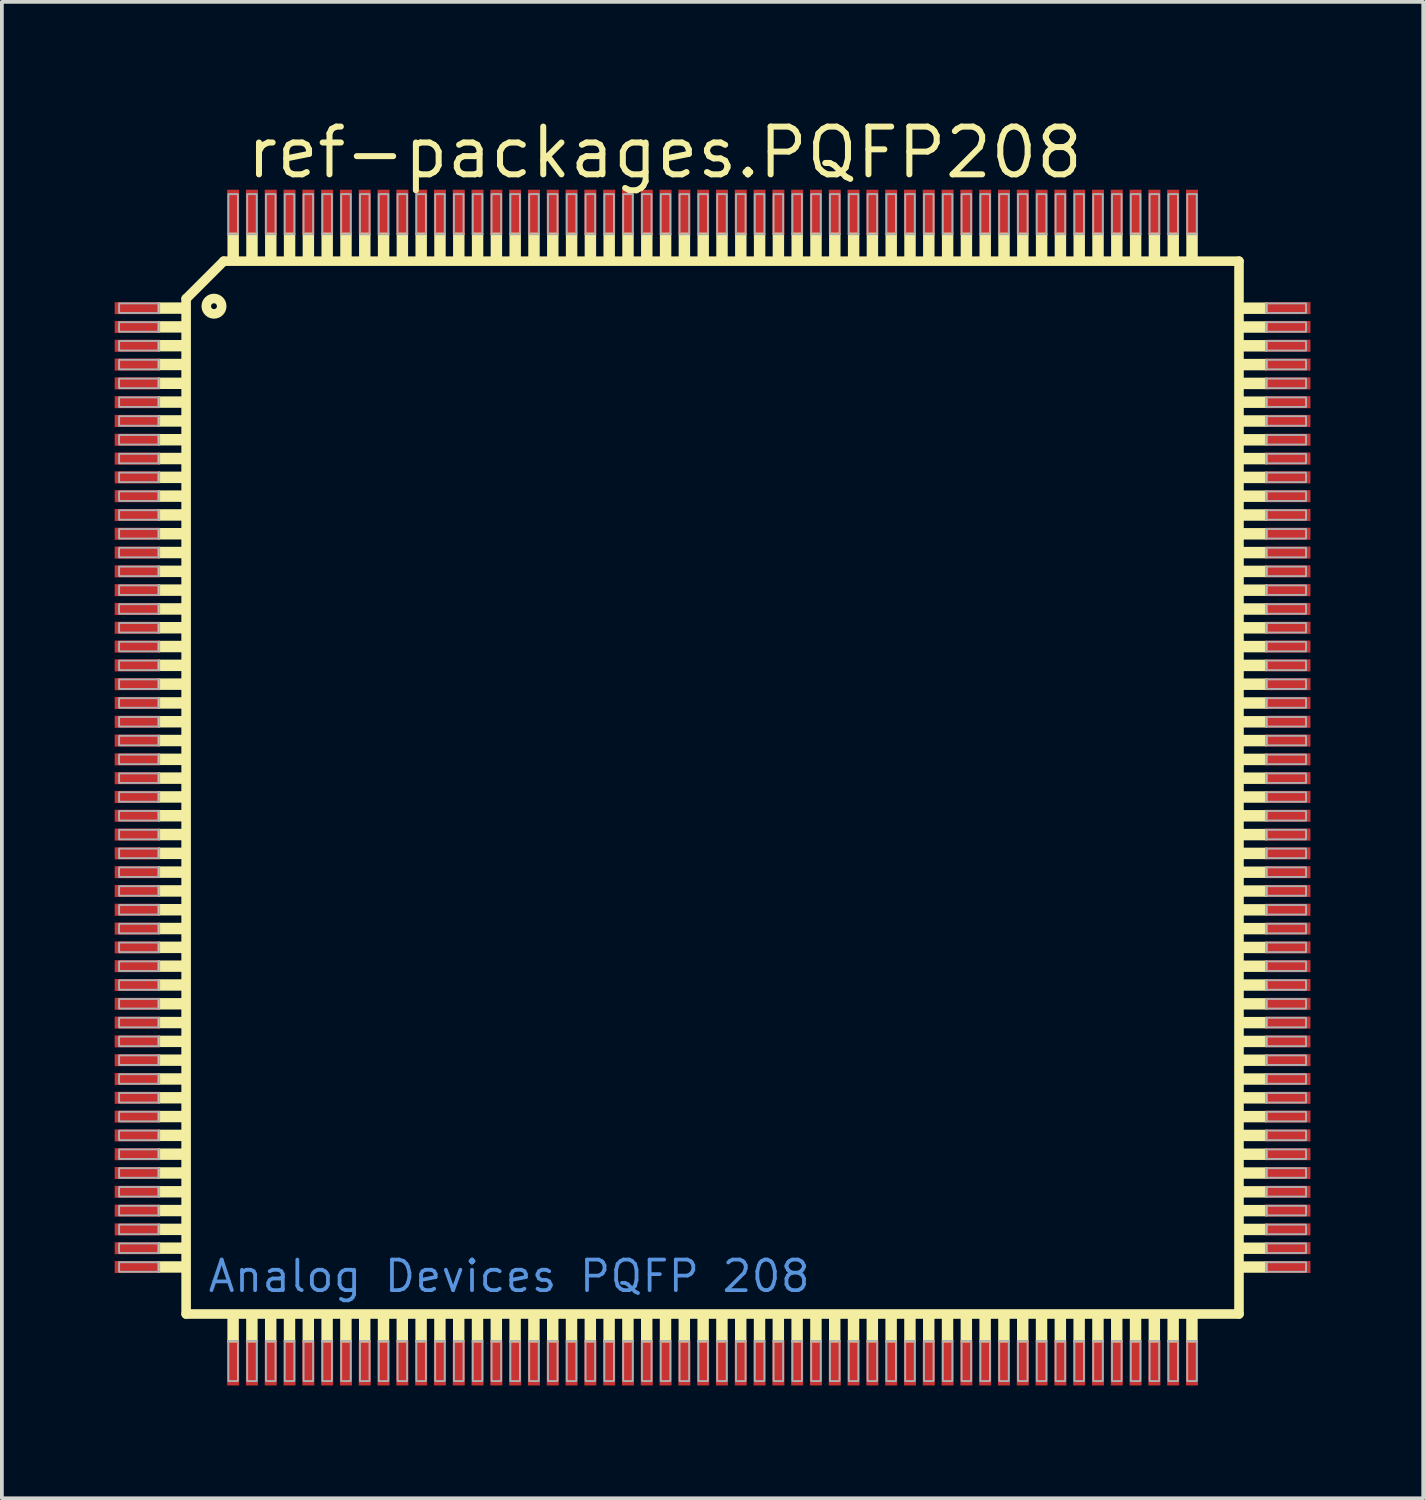
<source format=kicad_pcb>
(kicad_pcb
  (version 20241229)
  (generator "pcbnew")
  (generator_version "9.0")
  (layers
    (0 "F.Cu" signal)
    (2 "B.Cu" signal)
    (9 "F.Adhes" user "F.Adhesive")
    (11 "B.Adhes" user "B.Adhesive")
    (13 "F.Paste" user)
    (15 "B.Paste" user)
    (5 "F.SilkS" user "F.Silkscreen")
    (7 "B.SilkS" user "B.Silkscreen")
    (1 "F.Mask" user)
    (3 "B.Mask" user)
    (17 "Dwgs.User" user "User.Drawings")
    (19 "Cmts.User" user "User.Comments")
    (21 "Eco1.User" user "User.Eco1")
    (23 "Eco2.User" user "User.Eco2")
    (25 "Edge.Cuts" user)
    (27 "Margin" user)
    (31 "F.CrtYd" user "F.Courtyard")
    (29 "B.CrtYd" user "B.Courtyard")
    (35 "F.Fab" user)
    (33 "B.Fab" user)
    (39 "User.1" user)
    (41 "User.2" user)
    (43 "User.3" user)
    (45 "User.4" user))
  (footprint "ref-packages.PQFP208"
    (layer "F.Cu")
    (at 15.9 17.895)
    (property "Reference" "ref-packages.PQFP208" (at -12.47 -16.145 0) (layer "F.SilkS") (effects (font (size 1.27 1.27) (thickness 0.16)) (justify left bottom)))
    (attr smd)
    (fp_line (start -14 -13) (end -14 14) (stroke (width 0.254) (type default)) (layer "F.SilkS"))
    (fp_line (start -14 14) (end 14 14) (stroke (width 0.254) (type default)) (layer "F.SilkS"))
    (fp_line (start -13 -14) (end -14 -13) (stroke (width 0.254) (type default)) (layer "F.SilkS"))
    (fp_line (start 14 -14) (end -13 -14) (stroke (width 0.254) (type default)) (layer "F.SilkS"))
    (fp_line (start 14 14) (end 14 -14) (stroke (width 0.254) (type default)) (layer "F.SilkS"))
    (fp_rect (start -14.732 -12.624) (end -14.097 -12.878) (stroke (width 0.05) (type default)) (fill yes) (layer "F.SilkS"))
    (fp_rect (start -14.732 -12.124) (end -14.097 -12.378) (stroke (width 0.05) (type default)) (fill yes) (layer "F.SilkS"))
    (fp_rect (start -14.732 -11.624) (end -14.097 -11.878) (stroke (width 0.05) (type default)) (fill yes) (layer "F.SilkS"))
    (fp_rect (start -14.732 -11.124) (end -14.097 -11.378) (stroke (width 0.05) (type default)) (fill yes) (layer "F.SilkS"))
    (fp_rect (start -14.732 -10.624) (end -14.097 -10.878) (stroke (width 0.05) (type default)) (fill yes) (layer "F.SilkS"))
    (fp_rect (start -14.732 -10.124) (end -14.097 -10.378) (stroke (width 0.05) (type default)) (fill yes) (layer "F.SilkS"))
    (fp_rect (start -14.732 -9.624) (end -14.097 -9.878) (stroke (width 0.05) (type default)) (fill yes) (layer "F.SilkS"))
    (fp_rect (start -14.732 -9.124) (end -14.097 -9.378) (stroke (width 0.05) (type default)) (fill yes) (layer "F.SilkS"))
    (fp_rect (start -14.732 -8.624) (end -14.097 -8.878) (stroke (width 0.05) (type default)) (fill yes) (layer "F.SilkS"))
    (fp_rect (start -14.732 -8.124) (end -14.097 -8.378) (stroke (width 0.05) (type default)) (fill yes) (layer "F.SilkS"))
    (fp_rect (start -14.732 -7.624) (end -14.097 -7.878) (stroke (width 0.05) (type default)) (fill yes) (layer "F.SilkS"))
    (fp_rect (start -14.732 -7.124) (end -14.097 -7.378) (stroke (width 0.05) (type default)) (fill yes) (layer "F.SilkS"))
    (fp_rect (start -14.732 -6.624) (end -14.097 -6.878) (stroke (width 0.05) (type default)) (fill yes) (layer "F.SilkS"))
    (fp_rect (start -14.732 -6.124) (end -14.097 -6.378) (stroke (width 0.05) (type default)) (fill yes) (layer "F.SilkS"))
    (fp_rect (start -14.732 -5.624) (end -14.097 -5.878) (stroke (width 0.05) (type default)) (fill yes) (layer "F.SilkS"))
    (fp_rect (start -14.732 -5.124) (end -14.097 -5.378) (stroke (width 0.05) (type default)) (fill yes) (layer "F.SilkS"))
    (fp_rect (start -14.732 -4.624) (end -14.097 -4.878) (stroke (width 0.05) (type default)) (fill yes) (layer "F.SilkS"))
    (fp_rect (start -14.732 -4.124) (end -14.097 -4.378) (stroke (width 0.05) (type default)) (fill yes) (layer "F.SilkS"))
    (fp_rect (start -14.732 -3.624) (end -14.097 -3.878) (stroke (width 0.05) (type default)) (fill yes) (layer "F.SilkS"))
    (fp_rect (start -14.732 -3.124) (end -14.097 -3.378) (stroke (width 0.05) (type default)) (fill yes) (layer "F.SilkS"))
    (fp_rect (start -14.732 -2.624) (end -14.097 -2.878) (stroke (width 0.05) (type default)) (fill yes) (layer "F.SilkS"))
    (fp_rect (start -14.732 -2.124) (end -14.097 -2.378) (stroke (width 0.05) (type default)) (fill yes) (layer "F.SilkS"))
    (fp_rect (start -14.732 -1.624) (end -14.097 -1.878) (stroke (width 0.05) (type default)) (fill yes) (layer "F.SilkS"))
    (fp_rect (start -14.732 -1.124) (end -14.097 -1.378) (stroke (width 0.05) (type default)) (fill yes) (layer "F.SilkS"))
    (fp_rect (start -14.732 -0.624) (end -14.097 -0.878) (stroke (width 0.05) (type default)) (fill yes) (layer "F.SilkS"))
    (fp_rect (start -14.732 -0.124) (end -14.097 -0.378) (stroke (width 0.05) (type default)) (fill yes) (layer "F.SilkS"))
    (fp_rect (start -14.732 0.376) (end -14.097 0.122) (stroke (width 0.05) (type default)) (fill yes) (layer "F.SilkS"))
    (fp_rect (start -14.732 0.876) (end -14.097 0.622) (stroke (width 0.05) (type default)) (fill yes) (layer "F.SilkS"))
    (fp_rect (start -14.732 1.376) (end -14.097 1.122) (stroke (width 0.05) (type default)) (fill yes) (layer "F.SilkS"))
    (fp_rect (start -14.732 1.876) (end -14.097 1.622) (stroke (width 0.05) (type default)) (fill yes) (layer "F.SilkS"))
    (fp_rect (start -14.732 2.376) (end -14.097 2.122) (stroke (width 0.05) (type default)) (fill yes) (layer "F.SilkS"))
    (fp_rect (start -14.732 2.876) (end -14.097 2.622) (stroke (width 0.05) (type default)) (fill yes) (layer "F.SilkS"))
    (fp_rect (start -14.732 3.376) (end -14.097 3.122) (stroke (width 0.05) (type default)) (fill yes) (layer "F.SilkS"))
    (fp_rect (start -14.732 3.876) (end -14.097 3.622) (stroke (width 0.05) (type default)) (fill yes) (layer "F.SilkS"))
    (fp_rect (start -14.732 4.376) (end -14.097 4.122) (stroke (width 0.05) (type default)) (fill yes) (layer "F.SilkS"))
    (fp_rect (start -14.732 4.876) (end -14.097 4.622) (stroke (width 0.05) (type default)) (fill yes) (layer "F.SilkS"))
    (fp_rect (start -14.732 5.376) (end -14.097 5.122) (stroke (width 0.05) (type default)) (fill yes) (layer "F.SilkS"))
    (fp_rect (start -14.732 5.876) (end -14.097 5.622) (stroke (width 0.05) (type default)) (fill yes) (layer "F.SilkS"))
    (fp_rect (start -14.732 6.376) (end -14.097 6.122) (stroke (width 0.05) (type default)) (fill yes) (layer "F.SilkS"))
    (fp_rect (start -14.732 6.876) (end -14.097 6.622) (stroke (width 0.05) (type default)) (fill yes) (layer "F.SilkS"))
    (fp_rect (start -14.732 7.376) (end -14.097 7.122) (stroke (width 0.05) (type default)) (fill yes) (layer "F.SilkS"))
    (fp_rect (start -14.732 7.876) (end -14.097 7.622) (stroke (width 0.05) (type default)) (fill yes) (layer "F.SilkS"))
    (fp_rect (start -14.732 8.376) (end -14.097 8.122) (stroke (width 0.05) (type default)) (fill yes) (layer "F.SilkS"))
    (fp_rect (start -14.732 8.876) (end -14.097 8.622) (stroke (width 0.05) (type default)) (fill yes) (layer "F.SilkS"))
    (fp_rect (start -14.732 9.376) (end -14.097 9.122) (stroke (width 0.05) (type default)) (fill yes) (layer "F.SilkS"))
    (fp_rect (start -14.732 9.876) (end -14.097 9.622) (stroke (width 0.05) (type default)) (fill yes) (layer "F.SilkS"))
    (fp_rect (start -14.732 10.376) (end -14.097 10.122) (stroke (width 0.05) (type default)) (fill yes) (layer "F.SilkS"))
    (fp_rect (start -14.732 10.876) (end -14.097 10.622) (stroke (width 0.05) (type default)) (fill yes) (layer "F.SilkS"))
    (fp_rect (start -14.732 11.376) (end -14.097 11.122) (stroke (width 0.05) (type default)) (fill yes) (layer "F.SilkS"))
    (fp_rect (start -14.732 11.876) (end -14.097 11.622) (stroke (width 0.05) (type default)) (fill yes) (layer "F.SilkS"))
    (fp_rect (start -14.732 12.376) (end -14.097 12.122) (stroke (width 0.05) (type default)) (fill yes) (layer "F.SilkS"))
    (fp_rect (start -14.732 12.876) (end -14.097 12.622) (stroke (width 0.05) (type default)) (fill yes) (layer "F.SilkS"))
    (fp_rect (start -12.878 14.732) (end -12.624 14.097) (stroke (width 0.05) (type default)) (fill yes) (layer "F.SilkS"))
    (fp_rect (start -12.876 -14.097) (end -12.622 -14.732) (stroke (width 0.05) (type default)) (fill yes) (layer "F.SilkS"))
    (fp_rect (start -12.378 14.732) (end -12.124 14.097) (stroke (width 0.05) (type default)) (fill yes) (layer "F.SilkS"))
    (fp_rect (start -12.376 -14.097) (end -12.122 -14.732) (stroke (width 0.05) (type default)) (fill yes) (layer "F.SilkS"))
    (fp_rect (start -11.878 14.732) (end -11.624 14.097) (stroke (width 0.05) (type default)) (fill yes) (layer "F.SilkS"))
    (fp_rect (start -11.876 -14.097) (end -11.622 -14.732) (stroke (width 0.05) (type default)) (fill yes) (layer "F.SilkS"))
    (fp_rect (start -11.378 14.732) (end -11.124 14.097) (stroke (width 0.05) (type default)) (fill yes) (layer "F.SilkS"))
    (fp_rect (start -11.376 -14.097) (end -11.122 -14.732) (stroke (width 0.05) (type default)) (fill yes) (layer "F.SilkS"))
    (fp_rect (start -10.878 14.732) (end -10.624 14.097) (stroke (width 0.05) (type default)) (fill yes) (layer "F.SilkS"))
    (fp_rect (start -10.876 -14.097) (end -10.622 -14.732) (stroke (width 0.05) (type default)) (fill yes) (layer "F.SilkS"))
    (fp_rect (start -10.378 14.732) (end -10.124 14.097) (stroke (width 0.05) (type default)) (fill yes) (layer "F.SilkS"))
    (fp_rect (start -10.376 -14.097) (end -10.122 -14.732) (stroke (width 0.05) (type default)) (fill yes) (layer "F.SilkS"))
    (fp_rect (start -9.878 14.732) (end -9.624 14.097) (stroke (width 0.05) (type default)) (fill yes) (layer "F.SilkS"))
    (fp_rect (start -9.876 -14.097) (end -9.622 -14.732) (stroke (width 0.05) (type default)) (fill yes) (layer "F.SilkS"))
    (fp_rect (start -9.378 14.732) (end -9.124 14.097) (stroke (width 0.05) (type default)) (fill yes) (layer "F.SilkS"))
    (fp_rect (start -9.376 -14.097) (end -9.122 -14.732) (stroke (width 0.05) (type default)) (fill yes) (layer "F.SilkS"))
    (fp_rect (start -8.878 14.732) (end -8.624 14.097) (stroke (width 0.05) (type default)) (fill yes) (layer "F.SilkS"))
    (fp_rect (start -8.876 -14.097) (end -8.622 -14.732) (stroke (width 0.05) (type default)) (fill yes) (layer "F.SilkS"))
    (fp_rect (start -8.378 14.732) (end -8.124 14.097) (stroke (width 0.05) (type default)) (fill yes) (layer "F.SilkS"))
    (fp_rect (start -8.376 -14.097) (end -8.122 -14.732) (stroke (width 0.05) (type default)) (fill yes) (layer "F.SilkS"))
    (fp_rect (start -7.878 14.732) (end -7.624 14.097) (stroke (width 0.05) (type default)) (fill yes) (layer "F.SilkS"))
    (fp_rect (start -7.876 -14.097) (end -7.622 -14.732) (stroke (width 0.05) (type default)) (fill yes) (layer "F.SilkS"))
    (fp_rect (start -7.378 14.732) (end -7.124 14.097) (stroke (width 0.05) (type default)) (fill yes) (layer "F.SilkS"))
    (fp_rect (start -7.376 -14.097) (end -7.122 -14.732) (stroke (width 0.05) (type default)) (fill yes) (layer "F.SilkS"))
    (fp_rect (start -6.878 14.732) (end -6.624 14.097) (stroke (width 0.05) (type default)) (fill yes) (layer "F.SilkS"))
    (fp_rect (start -6.876 -14.097) (end -6.622 -14.732) (stroke (width 0.05) (type default)) (fill yes) (layer "F.SilkS"))
    (fp_rect (start -6.378 14.732) (end -6.124 14.097) (stroke (width 0.05) (type default)) (fill yes) (layer "F.SilkS"))
    (fp_rect (start -6.376 -14.097) (end -6.122 -14.732) (stroke (width 0.05) (type default)) (fill yes) (layer "F.SilkS"))
    (fp_rect (start -5.878 14.732) (end -5.624 14.097) (stroke (width 0.05) (type default)) (fill yes) (layer "F.SilkS"))
    (fp_rect (start -5.876 -14.097) (end -5.622 -14.732) (stroke (width 0.05) (type default)) (fill yes) (layer "F.SilkS"))
    (fp_rect (start -5.378 14.732) (end -5.124 14.097) (stroke (width 0.05) (type default)) (fill yes) (layer "F.SilkS"))
    (fp_rect (start -5.376 -14.097) (end -5.122 -14.732) (stroke (width 0.05) (type default)) (fill yes) (layer "F.SilkS"))
    (fp_rect (start -4.878 14.732) (end -4.624 14.097) (stroke (width 0.05) (type default)) (fill yes) (layer "F.SilkS"))
    (fp_rect (start -4.876 -14.097) (end -4.622 -14.732) (stroke (width 0.05) (type default)) (fill yes) (layer "F.SilkS"))
    (fp_rect (start -4.378 14.732) (end -4.124 14.097) (stroke (width 0.05) (type default)) (fill yes) (layer "F.SilkS"))
    (fp_rect (start -4.376 -14.097) (end -4.122 -14.732) (stroke (width 0.05) (type default)) (fill yes) (layer "F.SilkS"))
    (fp_rect (start -3.878 14.732) (end -3.624 14.097) (stroke (width 0.05) (type default)) (fill yes) (layer "F.SilkS"))
    (fp_rect (start -3.876 -14.097) (end -3.622 -14.732) (stroke (width 0.05) (type default)) (fill yes) (layer "F.SilkS"))
    (fp_rect (start -3.378 14.732) (end -3.124 14.097) (stroke (width 0.05) (type default)) (fill yes) (layer "F.SilkS"))
    (fp_rect (start -3.376 -14.097) (end -3.122 -14.732) (stroke (width 0.05) (type default)) (fill yes) (layer "F.SilkS"))
    (fp_rect (start -2.878 14.732) (end -2.624 14.097) (stroke (width 0.05) (type default)) (fill yes) (layer "F.SilkS"))
    (fp_rect (start -2.876 -14.097) (end -2.622 -14.732) (stroke (width 0.05) (type default)) (fill yes) (layer "F.SilkS"))
    (fp_rect (start -2.378 14.732) (end -2.124 14.097) (stroke (width 0.05) (type default)) (fill yes) (layer "F.SilkS"))
    (fp_rect (start -2.376 -14.097) (end -2.122 -14.732) (stroke (width 0.05) (type default)) (fill yes) (layer "F.SilkS"))
    (fp_rect (start -1.878 14.732) (end -1.624 14.097) (stroke (width 0.05) (type default)) (fill yes) (layer "F.SilkS"))
    (fp_rect (start -1.876 -14.097) (end -1.622 -14.732) (stroke (width 0.05) (type default)) (fill yes) (layer "F.SilkS"))
    (fp_rect (start -1.378 14.732) (end -1.124 14.097) (stroke (width 0.05) (type default)) (fill yes) (layer "F.SilkS"))
    (fp_rect (start -1.376 -14.097) (end -1.122 -14.732) (stroke (width 0.05) (type default)) (fill yes) (layer "F.SilkS"))
    (fp_rect (start -0.878 14.732) (end -0.624 14.097) (stroke (width 0.05) (type default)) (fill yes) (layer "F.SilkS"))
    (fp_rect (start -0.876 -14.097) (end -0.622 -14.732) (stroke (width 0.05) (type default)) (fill yes) (layer "F.SilkS"))
    (fp_rect (start -0.378 14.732) (end -0.124 14.097) (stroke (width 0.05) (type default)) (fill yes) (layer "F.SilkS"))
    (fp_rect (start -0.376 -14.097) (end -0.122 -14.732) (stroke (width 0.05) (type default)) (fill yes) (layer "F.SilkS"))
    (fp_rect (start 0.122 14.732) (end 0.376 14.097) (stroke (width 0.05) (type default)) (fill yes) (layer "F.SilkS"))
    (fp_rect (start 0.124 -14.097) (end 0.378 -14.732) (stroke (width 0.05) (type default)) (fill yes) (layer "F.SilkS"))
    (fp_rect (start 0.622 14.732) (end 0.876 14.097) (stroke (width 0.05) (type default)) (fill yes) (layer "F.SilkS"))
    (fp_rect (start 0.624 -14.097) (end 0.878 -14.732) (stroke (width 0.05) (type default)) (fill yes) (layer "F.SilkS"))
    (fp_rect (start 1.122 14.732) (end 1.376 14.097) (stroke (width 0.05) (type default)) (fill yes) (layer "F.SilkS"))
    (fp_rect (start 1.124 -14.097) (end 1.378 -14.732) (stroke (width 0.05) (type default)) (fill yes) (layer "F.SilkS"))
    (fp_rect (start 1.622 14.732) (end 1.876 14.097) (stroke (width 0.05) (type default)) (fill yes) (layer "F.SilkS"))
    (fp_rect (start 1.624 -14.097) (end 1.878 -14.732) (stroke (width 0.05) (type default)) (fill yes) (layer "F.SilkS"))
    (fp_rect (start 2.122 14.732) (end 2.376 14.097) (stroke (width 0.05) (type default)) (fill yes) (layer "F.SilkS"))
    (fp_rect (start 2.124 -14.097) (end 2.378 -14.732) (stroke (width 0.05) (type default)) (fill yes) (layer "F.SilkS"))
    (fp_rect (start 2.622 14.732) (end 2.876 14.097) (stroke (width 0.05) (type default)) (fill yes) (layer "F.SilkS"))
    (fp_rect (start 2.624 -14.097) (end 2.878 -14.732) (stroke (width 0.05) (type default)) (fill yes) (layer "F.SilkS"))
    (fp_rect (start 3.122 14.732) (end 3.376 14.097) (stroke (width 0.05) (type default)) (fill yes) (layer "F.SilkS"))
    (fp_rect (start 3.124 -14.097) (end 3.378 -14.732) (stroke (width 0.05) (type default)) (fill yes) (layer "F.SilkS"))
    (fp_rect (start 3.622 14.732) (end 3.876 14.097) (stroke (width 0.05) (type default)) (fill yes) (layer "F.SilkS"))
    (fp_rect (start 3.624 -14.097) (end 3.878 -14.732) (stroke (width 0.05) (type default)) (fill yes) (layer "F.SilkS"))
    (fp_rect (start 4.122 14.732) (end 4.376 14.097) (stroke (width 0.05) (type default)) (fill yes) (layer "F.SilkS"))
    (fp_rect (start 4.124 -14.097) (end 4.378 -14.732) (stroke (width 0.05) (type default)) (fill yes) (layer "F.SilkS"))
    (fp_rect (start 4.622 14.732) (end 4.876 14.097) (stroke (width 0.05) (type default)) (fill yes) (layer "F.SilkS"))
    (fp_rect (start 4.624 -14.097) (end 4.878 -14.732) (stroke (width 0.05) (type default)) (fill yes) (layer "F.SilkS"))
    (fp_rect (start 5.122 14.732) (end 5.376 14.097) (stroke (width 0.05) (type default)) (fill yes) (layer "F.SilkS"))
    (fp_rect (start 5.124 -14.097) (end 5.378 -14.732) (stroke (width 0.05) (type default)) (fill yes) (layer "F.SilkS"))
    (fp_rect (start 5.622 14.732) (end 5.876 14.097) (stroke (width 0.05) (type default)) (fill yes) (layer "F.SilkS"))
    (fp_rect (start 5.624 -14.097) (end 5.878 -14.732) (stroke (width 0.05) (type default)) (fill yes) (layer "F.SilkS"))
    (fp_rect (start 6.122 14.732) (end 6.376 14.097) (stroke (width 0.05) (type default)) (fill yes) (layer "F.SilkS"))
    (fp_rect (start 6.124 -14.097) (end 6.378 -14.732) (stroke (width 0.05) (type default)) (fill yes) (layer "F.SilkS"))
    (fp_rect (start 6.622 14.732) (end 6.876 14.097) (stroke (width 0.05) (type default)) (fill yes) (layer "F.SilkS"))
    (fp_rect (start 6.624 -14.097) (end 6.878 -14.732) (stroke (width 0.05) (type default)) (fill yes) (layer "F.SilkS"))
    (fp_rect (start 7.122 14.732) (end 7.376 14.097) (stroke (width 0.05) (type default)) (fill yes) (layer "F.SilkS"))
    (fp_rect (start 7.124 -14.097) (end 7.378 -14.732) (stroke (width 0.05) (type default)) (fill yes) (layer "F.SilkS"))
    (fp_rect (start 7.622 14.732) (end 7.876 14.097) (stroke (width 0.05) (type default)) (fill yes) (layer "F.SilkS"))
    (fp_rect (start 7.624 -14.097) (end 7.878 -14.732) (stroke (width 0.05) (type default)) (fill yes) (layer "F.SilkS"))
    (fp_rect (start 8.122 14.732) (end 8.376 14.097) (stroke (width 0.05) (type default)) (fill yes) (layer "F.SilkS"))
    (fp_rect (start 8.124 -14.097) (end 8.378 -14.732) (stroke (width 0.05) (type default)) (fill yes) (layer "F.SilkS"))
    (fp_rect (start 8.622 14.732) (end 8.876 14.097) (stroke (width 0.05) (type default)) (fill yes) (layer "F.SilkS"))
    (fp_rect (start 8.624 -14.097) (end 8.878 -14.732) (stroke (width 0.05) (type default)) (fill yes) (layer "F.SilkS"))
    (fp_rect (start 9.122 14.732) (end 9.376 14.097) (stroke (width 0.05) (type default)) (fill yes) (layer "F.SilkS"))
    (fp_rect (start 9.124 -14.097) (end 9.378 -14.732) (stroke (width 0.05) (type default)) (fill yes) (layer "F.SilkS"))
    (fp_rect (start 9.622 14.732) (end 9.876 14.097) (stroke (width 0.05) (type default)) (fill yes) (layer "F.SilkS"))
    (fp_rect (start 9.624 -14.097) (end 9.878 -14.732) (stroke (width 0.05) (type default)) (fill yes) (layer "F.SilkS"))
    (fp_rect (start 10.122 14.732) (end 10.376 14.097) (stroke (width 0.05) (type default)) (fill yes) (layer "F.SilkS"))
    (fp_rect (start 10.124 -14.097) (end 10.378 -14.732) (stroke (width 0.05) (type default)) (fill yes) (layer "F.SilkS"))
    (fp_rect (start 10.622 14.732) (end 10.876 14.097) (stroke (width 0.05) (type default)) (fill yes) (layer "F.SilkS"))
    (fp_rect (start 10.624 -14.097) (end 10.878 -14.732) (stroke (width 0.05) (type default)) (fill yes) (layer "F.SilkS"))
    (fp_rect (start 11.122 14.732) (end 11.376 14.097) (stroke (width 0.05) (type default)) (fill yes) (layer "F.SilkS"))
    (fp_rect (start 11.124 -14.097) (end 11.378 -14.732) (stroke (width 0.05) (type default)) (fill yes) (layer "F.SilkS"))
    (fp_rect (start 11.622 14.732) (end 11.876 14.097) (stroke (width 0.05) (type default)) (fill yes) (layer "F.SilkS"))
    (fp_rect (start 11.624 -14.097) (end 11.878 -14.732) (stroke (width 0.05) (type default)) (fill yes) (layer "F.SilkS"))
    (fp_rect (start 12.122 14.732) (end 12.376 14.097) (stroke (width 0.05) (type default)) (fill yes) (layer "F.SilkS"))
    (fp_rect (start 12.124 -14.097) (end 12.378 -14.732) (stroke (width 0.05) (type default)) (fill yes) (layer "F.SilkS"))
    (fp_rect (start 12.622 14.732) (end 12.876 14.097) (stroke (width 0.05) (type default)) (fill yes) (layer "F.SilkS"))
    (fp_rect (start 12.624 -14.097) (end 12.878 -14.732) (stroke (width 0.05) (type default)) (fill yes) (layer "F.SilkS"))
    (fp_rect (start 14.097 -12.622) (end 14.732 -12.876) (stroke (width 0.05) (type default)) (fill yes) (layer "F.SilkS"))
    (fp_rect (start 14.097 -12.122) (end 14.732 -12.376) (stroke (width 0.05) (type default)) (fill yes) (layer "F.SilkS"))
    (fp_rect (start 14.097 -11.622) (end 14.732 -11.876) (stroke (width 0.05) (type default)) (fill yes) (layer "F.SilkS"))
    (fp_rect (start 14.097 -11.122) (end 14.732 -11.376) (stroke (width 0.05) (type default)) (fill yes) (layer "F.SilkS"))
    (fp_rect (start 14.097 -10.622) (end 14.732 -10.876) (stroke (width 0.05) (type default)) (fill yes) (layer "F.SilkS"))
    (fp_rect (start 14.097 -10.122) (end 14.732 -10.376) (stroke (width 0.05) (type default)) (fill yes) (layer "F.SilkS"))
    (fp_rect (start 14.097 -9.622) (end 14.732 -9.876) (stroke (width 0.05) (type default)) (fill yes) (layer "F.SilkS"))
    (fp_rect (start 14.097 -9.122) (end 14.732 -9.376) (stroke (width 0.05) (type default)) (fill yes) (layer "F.SilkS"))
    (fp_rect (start 14.097 -8.622) (end 14.732 -8.876) (stroke (width 0.05) (type default)) (fill yes) (layer "F.SilkS"))
    (fp_rect (start 14.097 -8.122) (end 14.732 -8.376) (stroke (width 0.05) (type default)) (fill yes) (layer "F.SilkS"))
    (fp_rect (start 14.097 -7.622) (end 14.732 -7.876) (stroke (width 0.05) (type default)) (fill yes) (layer "F.SilkS"))
    (fp_rect (start 14.097 -7.122) (end 14.732 -7.376) (stroke (width 0.05) (type default)) (fill yes) (layer "F.SilkS"))
    (fp_rect (start 14.097 -6.622) (end 14.732 -6.876) (stroke (width 0.05) (type default)) (fill yes) (layer "F.SilkS"))
    (fp_rect (start 14.097 -6.122) (end 14.732 -6.376) (stroke (width 0.05) (type default)) (fill yes) (layer "F.SilkS"))
    (fp_rect (start 14.097 -5.622) (end 14.732 -5.876) (stroke (width 0.05) (type default)) (fill yes) (layer "F.SilkS"))
    (fp_rect (start 14.097 -5.122) (end 14.732 -5.376) (stroke (width 0.05) (type default)) (fill yes) (layer "F.SilkS"))
    (fp_rect (start 14.097 -4.622) (end 14.732 -4.876) (stroke (width 0.05) (type default)) (fill yes) (layer "F.SilkS"))
    (fp_rect (start 14.097 -4.122) (end 14.732 -4.376) (stroke (width 0.05) (type default)) (fill yes) (layer "F.SilkS"))
    (fp_rect (start 14.097 -3.622) (end 14.732 -3.876) (stroke (width 0.05) (type default)) (fill yes) (layer "F.SilkS"))
    (fp_rect (start 14.097 -3.122) (end 14.732 -3.376) (stroke (width 0.05) (type default)) (fill yes) (layer "F.SilkS"))
    (fp_rect (start 14.097 -2.622) (end 14.732 -2.876) (stroke (width 0.05) (type default)) (fill yes) (layer "F.SilkS"))
    (fp_rect (start 14.097 -2.122) (end 14.732 -2.376) (stroke (width 0.05) (type default)) (fill yes) (layer "F.SilkS"))
    (fp_rect (start 14.097 -1.622) (end 14.732 -1.876) (stroke (width 0.05) (type default)) (fill yes) (layer "F.SilkS"))
    (fp_rect (start 14.097 -1.122) (end 14.732 -1.376) (stroke (width 0.05) (type default)) (fill yes) (layer "F.SilkS"))
    (fp_rect (start 14.097 -0.622) (end 14.732 -0.876) (stroke (width 0.05) (type default)) (fill yes) (layer "F.SilkS"))
    (fp_rect (start 14.097 -0.122) (end 14.732 -0.376) (stroke (width 0.05) (type default)) (fill yes) (layer "F.SilkS"))
    (fp_rect (start 14.097 0.378) (end 14.732 0.124) (stroke (width 0.05) (type default)) (fill yes) (layer "F.SilkS"))
    (fp_rect (start 14.097 0.878) (end 14.732 0.624) (stroke (width 0.05) (type default)) (fill yes) (layer "F.SilkS"))
    (fp_rect (start 14.097 1.378) (end 14.732 1.124) (stroke (width 0.05) (type default)) (fill yes) (layer "F.SilkS"))
    (fp_rect (start 14.097 1.878) (end 14.732 1.624) (stroke (width 0.05) (type default)) (fill yes) (layer "F.SilkS"))
    (fp_rect (start 14.097 2.378) (end 14.732 2.124) (stroke (width 0.05) (type default)) (fill yes) (layer "F.SilkS"))
    (fp_rect (start 14.097 2.878) (end 14.732 2.624) (stroke (width 0.05) (type default)) (fill yes) (layer "F.SilkS"))
    (fp_rect (start 14.097 3.378) (end 14.732 3.124) (stroke (width 0.05) (type default)) (fill yes) (layer "F.SilkS"))
    (fp_rect (start 14.097 3.878) (end 14.732 3.624) (stroke (width 0.05) (type default)) (fill yes) (layer "F.SilkS"))
    (fp_rect (start 14.097 4.378) (end 14.732 4.124) (stroke (width 0.05) (type default)) (fill yes) (layer "F.SilkS"))
    (fp_rect (start 14.097 4.878) (end 14.732 4.624) (stroke (width 0.05) (type default)) (fill yes) (layer "F.SilkS"))
    (fp_rect (start 14.097 5.378) (end 14.732 5.124) (stroke (width 0.05) (type default)) (fill yes) (layer "F.SilkS"))
    (fp_rect (start 14.097 5.878) (end 14.732 5.624) (stroke (width 0.05) (type default)) (fill yes) (layer "F.SilkS"))
    (fp_rect (start 14.097 6.378) (end 14.732 6.124) (stroke (width 0.05) (type default)) (fill yes) (layer "F.SilkS"))
    (fp_rect (start 14.097 6.878) (end 14.732 6.624) (stroke (width 0.05) (type default)) (fill yes) (layer "F.SilkS"))
    (fp_rect (start 14.097 7.378) (end 14.732 7.124) (stroke (width 0.05) (type default)) (fill yes) (layer "F.SilkS"))
    (fp_rect (start 14.097 7.878) (end 14.732 7.624) (stroke (width 0.05) (type default)) (fill yes) (layer "F.SilkS"))
    (fp_rect (start 14.097 8.378) (end 14.732 8.124) (stroke (width 0.05) (type default)) (fill yes) (layer "F.SilkS"))
    (fp_rect (start 14.097 8.878) (end 14.732 8.624) (stroke (width 0.05) (type default)) (fill yes) (layer "F.SilkS"))
    (fp_rect (start 14.097 9.378) (end 14.732 9.124) (stroke (width 0.05) (type default)) (fill yes) (layer "F.SilkS"))
    (fp_rect (start 14.097 9.878) (end 14.732 9.624) (stroke (width 0.05) (type default)) (fill yes) (layer "F.SilkS"))
    (fp_rect (start 14.097 10.378) (end 14.732 10.124) (stroke (width 0.05) (type default)) (fill yes) (layer "F.SilkS"))
    (fp_rect (start 14.097 10.878) (end 14.732 10.624) (stroke (width 0.05) (type default)) (fill yes) (layer "F.SilkS"))
    (fp_rect (start 14.097 11.378) (end 14.732 11.124) (stroke (width 0.05) (type default)) (fill yes) (layer "F.SilkS"))
    (fp_rect (start 14.097 11.878) (end 14.732 11.624) (stroke (width 0.05) (type default)) (fill yes) (layer "F.SilkS"))
    (fp_rect (start 14.097 12.378) (end 14.732 12.124) (stroke (width 0.05) (type default)) (fill yes) (layer "F.SilkS"))
    (fp_rect (start 14.097 12.878) (end 14.732 12.624) (stroke (width 0.05) (type default)) (fill yes) (layer "F.SilkS"))
    (fp_circle (center -13.259 -12.802) (end -13.054 -12.802) (stroke (width 0.254) (type default)) (fill no) (layer "F.SilkS"))
    (fp_rect (start -15.783 -12.623) (end -14.716 -12.877) (stroke (width 0.05) (type default)) (fill no) (layer "F.Fab"))
    (fp_rect (start -15.783 -12.123) (end -14.716 -12.377) (stroke (width 0.05) (type default)) (fill no) (layer "F.Fab"))
    (fp_rect (start -15.783 -11.623) (end -14.716 -11.877) (stroke (width 0.05) (type default)) (fill no) (layer "F.Fab"))
    (fp_rect (start -15.783 -11.123) (end -14.716 -11.377) (stroke (width 0.05) (type default)) (fill no) (layer "F.Fab"))
    (fp_rect (start -15.783 -10.623) (end -14.716 -10.877) (stroke (width 0.05) (type default)) (fill no) (layer "F.Fab"))
    (fp_rect (start -15.783 -10.123) (end -14.716 -10.377) (stroke (width 0.05) (type default)) (fill no) (layer "F.Fab"))
    (fp_rect (start -15.783 -9.623) (end -14.716 -9.877) (stroke (width 0.05) (type default)) (fill no) (layer "F.Fab"))
    (fp_rect (start -15.783 -9.123) (end -14.716 -9.377) (stroke (width 0.05) (type default)) (fill no) (layer "F.Fab"))
    (fp_rect (start -15.783 -8.623) (end -14.716 -8.877) (stroke (width 0.05) (type default)) (fill no) (layer "F.Fab"))
    (fp_rect (start -15.783 -8.123) (end -14.716 -8.377) (stroke (width 0.05) (type default)) (fill no) (layer "F.Fab"))
    (fp_rect (start -15.783 -7.623) (end -14.716 -7.877) (stroke (width 0.05) (type default)) (fill no) (layer "F.Fab"))
    (fp_rect (start -15.783 -7.123) (end -14.716 -7.377) (stroke (width 0.05) (type default)) (fill no) (layer "F.Fab"))
    (fp_rect (start -15.783 -6.623) (end -14.716 -6.877) (stroke (width 0.05) (type default)) (fill no) (layer "F.Fab"))
    (fp_rect (start -15.783 -6.123) (end -14.716 -6.377) (stroke (width 0.05) (type default)) (fill no) (layer "F.Fab"))
    (fp_rect (start -15.783 -5.623) (end -14.716 -5.877) (stroke (width 0.05) (type default)) (fill no) (layer "F.Fab"))
    (fp_rect (start -15.783 -5.123) (end -14.716 -5.377) (stroke (width 0.05) (type default)) (fill no) (layer "F.Fab"))
    (fp_rect (start -15.783 -4.623) (end -14.716 -4.877) (stroke (width 0.05) (type default)) (fill no) (layer "F.Fab"))
    (fp_rect (start -15.783 -4.123) (end -14.716 -4.377) (stroke (width 0.05) (type default)) (fill no) (layer "F.Fab"))
    (fp_rect (start -15.783 -3.623) (end -14.716 -3.877) (stroke (width 0.05) (type default)) (fill no) (layer "F.Fab"))
    (fp_rect (start -15.783 -3.123) (end -14.716 -3.377) (stroke (width 0.05) (type default)) (fill no) (layer "F.Fab"))
    (fp_rect (start -15.783 -2.623) (end -14.716 -2.877) (stroke (width 0.05) (type default)) (fill no) (layer "F.Fab"))
    (fp_rect (start -15.783 -2.123) (end -14.716 -2.377) (stroke (width 0.05) (type default)) (fill no) (layer "F.Fab"))
    (fp_rect (start -15.783 -1.623) (end -14.716 -1.877) (stroke (width 0.05) (type default)) (fill no) (layer "F.Fab"))
    (fp_rect (start -15.783 -1.123) (end -14.716 -1.377) (stroke (width 0.05) (type default)) (fill no) (layer "F.Fab"))
    (fp_rect (start -15.783 -0.623) (end -14.716 -0.877) (stroke (width 0.05) (type default)) (fill no) (layer "F.Fab"))
    (fp_rect (start -15.783 -0.123) (end -14.716 -0.377) (stroke (width 0.05) (type default)) (fill no) (layer "F.Fab"))
    (fp_rect (start -15.783 0.377) (end -14.716 0.123) (stroke (width 0.05) (type default)) (fill no) (layer "F.Fab"))
    (fp_rect (start -15.783 0.877) (end -14.716 0.623) (stroke (width 0.05) (type default)) (fill no) (layer "F.Fab"))
    (fp_rect (start -15.783 1.377) (end -14.716 1.123) (stroke (width 0.05) (type default)) (fill no) (layer "F.Fab"))
    (fp_rect (start -15.783 1.877) (end -14.716 1.623) (stroke (width 0.05) (type default)) (fill no) (layer "F.Fab"))
    (fp_rect (start -15.783 2.377) (end -14.716 2.123) (stroke (width 0.05) (type default)) (fill no) (layer "F.Fab"))
    (fp_rect (start -15.783 2.877) (end -14.716 2.623) (stroke (width 0.05) (type default)) (fill no) (layer "F.Fab"))
    (fp_rect (start -15.783 3.377) (end -14.716 3.123) (stroke (width 0.05) (type default)) (fill no) (layer "F.Fab"))
    (fp_rect (start -15.783 3.877) (end -14.716 3.623) (stroke (width 0.05) (type default)) (fill no) (layer "F.Fab"))
    (fp_rect (start -15.783 4.377) (end -14.716 4.123) (stroke (width 0.05) (type default)) (fill no) (layer "F.Fab"))
    (fp_rect (start -15.783 4.877) (end -14.716 4.623) (stroke (width 0.05) (type default)) (fill no) (layer "F.Fab"))
    (fp_rect (start -15.783 5.377) (end -14.716 5.123) (stroke (width 0.05) (type default)) (fill no) (layer "F.Fab"))
    (fp_rect (start -15.783 5.877) (end -14.716 5.623) (stroke (width 0.05) (type default)) (fill no) (layer "F.Fab"))
    (fp_rect (start -15.783 6.377) (end -14.716 6.123) (stroke (width 0.05) (type default)) (fill no) (layer "F.Fab"))
    (fp_rect (start -15.783 6.877) (end -14.716 6.623) (stroke (width 0.05) (type default)) (fill no) (layer "F.Fab"))
    (fp_rect (start -15.783 7.377) (end -14.716 7.123) (stroke (width 0.05) (type default)) (fill no) (layer "F.Fab"))
    (fp_rect (start -15.783 7.877) (end -14.716 7.623) (stroke (width 0.05) (type default)) (fill no) (layer "F.Fab"))
    (fp_rect (start -15.783 8.377) (end -14.716 8.123) (stroke (width 0.05) (type default)) (fill no) (layer "F.Fab"))
    (fp_rect (start -15.783 8.877) (end -14.716 8.623) (stroke (width 0.05) (type default)) (fill no) (layer "F.Fab"))
    (fp_rect (start -15.783 9.377) (end -14.716 9.123) (stroke (width 0.05) (type default)) (fill no) (layer "F.Fab"))
    (fp_rect (start -15.783 9.877) (end -14.716 9.623) (stroke (width 0.05) (type default)) (fill no) (layer "F.Fab"))
    (fp_rect (start -15.783 10.377) (end -14.716 10.123) (stroke (width 0.05) (type default)) (fill no) (layer "F.Fab"))
    (fp_rect (start -15.783 10.877) (end -14.716 10.623) (stroke (width 0.05) (type default)) (fill no) (layer "F.Fab"))
    (fp_rect (start -15.783 11.377) (end -14.716 11.123) (stroke (width 0.05) (type default)) (fill no) (layer "F.Fab"))
    (fp_rect (start -15.783 11.877) (end -14.716 11.623) (stroke (width 0.05) (type default)) (fill no) (layer "F.Fab"))
    (fp_rect (start -15.783 12.377) (end -14.716 12.123) (stroke (width 0.05) (type default)) (fill no) (layer "F.Fab"))
    (fp_rect (start -15.783 12.877) (end -14.716 12.623) (stroke (width 0.05) (type default)) (fill no) (layer "F.Fab"))
    (fp_rect (start -12.877 -14.716) (end -12.623 -15.783) (stroke (width 0.05) (type default)) (fill no) (layer "F.Fab"))
    (fp_rect (start -12.877 15.783) (end -12.623 14.716) (stroke (width 0.05) (type default)) (fill no) (layer "F.Fab"))
    (fp_rect (start -12.377 -14.716) (end -12.123 -15.783) (stroke (width 0.05) (type default)) (fill no) (layer "F.Fab"))
    (fp_rect (start -12.377 15.783) (end -12.123 14.716) (stroke (width 0.05) (type default)) (fill no) (layer "F.Fab"))
    (fp_rect (start -11.877 -14.716) (end -11.623 -15.783) (stroke (width 0.05) (type default)) (fill no) (layer "F.Fab"))
    (fp_rect (start -11.877 15.783) (end -11.623 14.716) (stroke (width 0.05) (type default)) (fill no) (layer "F.Fab"))
    (fp_rect (start -11.377 -14.716) (end -11.123 -15.783) (stroke (width 0.05) (type default)) (fill no) (layer "F.Fab"))
    (fp_rect (start -11.377 15.783) (end -11.123 14.716) (stroke (width 0.05) (type default)) (fill no) (layer "F.Fab"))
    (fp_rect (start -10.877 -14.716) (end -10.623 -15.783) (stroke (width 0.05) (type default)) (fill no) (layer "F.Fab"))
    (fp_rect (start -10.877 15.783) (end -10.623 14.716) (stroke (width 0.05) (type default)) (fill no) (layer "F.Fab"))
    (fp_rect (start -10.377 -14.716) (end -10.123 -15.783) (stroke (width 0.05) (type default)) (fill no) (layer "F.Fab"))
    (fp_rect (start -10.377 15.783) (end -10.123 14.716) (stroke (width 0.05) (type default)) (fill no) (layer "F.Fab"))
    (fp_rect (start -9.877 -14.716) (end -9.623 -15.783) (stroke (width 0.05) (type default)) (fill no) (layer "F.Fab"))
    (fp_rect (start -9.877 15.783) (end -9.623 14.716) (stroke (width 0.05) (type default)) (fill no) (layer "F.Fab"))
    (fp_rect (start -9.377 -14.716) (end -9.123 -15.783) (stroke (width 0.05) (type default)) (fill no) (layer "F.Fab"))
    (fp_rect (start -9.377 15.783) (end -9.123 14.716) (stroke (width 0.05) (type default)) (fill no) (layer "F.Fab"))
    (fp_rect (start -8.877 -14.716) (end -8.623 -15.783) (stroke (width 0.05) (type default)) (fill no) (layer "F.Fab"))
    (fp_rect (start -8.877 15.783) (end -8.623 14.716) (stroke (width 0.05) (type default)) (fill no) (layer "F.Fab"))
    (fp_rect (start -8.377 -14.716) (end -8.123 -15.783) (stroke (width 0.05) (type default)) (fill no) (layer "F.Fab"))
    (fp_rect (start -8.377 15.783) (end -8.123 14.716) (stroke (width 0.05) (type default)) (fill no) (layer "F.Fab"))
    (fp_rect (start -7.877 -14.716) (end -7.623 -15.783) (stroke (width 0.05) (type default)) (fill no) (layer "F.Fab"))
    (fp_rect (start -7.877 15.783) (end -7.623 14.716) (stroke (width 0.05) (type default)) (fill no) (layer "F.Fab"))
    (fp_rect (start -7.377 -14.716) (end -7.123 -15.783) (stroke (width 0.05) (type default)) (fill no) (layer "F.Fab"))
    (fp_rect (start -7.377 15.783) (end -7.123 14.716) (stroke (width 0.05) (type default)) (fill no) (layer "F.Fab"))
    (fp_rect (start -6.877 -14.716) (end -6.623 -15.783) (stroke (width 0.05) (type default)) (fill no) (layer "F.Fab"))
    (fp_rect (start -6.877 15.783) (end -6.623 14.716) (stroke (width 0.05) (type default)) (fill no) (layer "F.Fab"))
    (fp_rect (start -6.377 -14.716) (end -6.123 -15.783) (stroke (width 0.05) (type default)) (fill no) (layer "F.Fab"))
    (fp_rect (start -6.377 15.783) (end -6.123 14.716) (stroke (width 0.05) (type default)) (fill no) (layer "F.Fab"))
    (fp_rect (start -5.877 -14.716) (end -5.623 -15.783) (stroke (width 0.05) (type default)) (fill no) (layer "F.Fab"))
    (fp_rect (start -5.877 15.783) (end -5.623 14.716) (stroke (width 0.05) (type default)) (fill no) (layer "F.Fab"))
    (fp_rect (start -5.377 -14.716) (end -5.123 -15.783) (stroke (width 0.05) (type default)) (fill no) (layer "F.Fab"))
    (fp_rect (start -5.377 15.783) (end -5.123 14.716) (stroke (width 0.05) (type default)) (fill no) (layer "F.Fab"))
    (fp_rect (start -4.877 -14.716) (end -4.623 -15.783) (stroke (width 0.05) (type default)) (fill no) (layer "F.Fab"))
    (fp_rect (start -4.877 15.783) (end -4.623 14.716) (stroke (width 0.05) (type default)) (fill no) (layer "F.Fab"))
    (fp_rect (start -4.377 -14.716) (end -4.123 -15.783) (stroke (width 0.05) (type default)) (fill no) (layer "F.Fab"))
    (fp_rect (start -4.377 15.783) (end -4.123 14.716) (stroke (width 0.05) (type default)) (fill no) (layer "F.Fab"))
    (fp_rect (start -3.877 -14.716) (end -3.623 -15.783) (stroke (width 0.05) (type default)) (fill no) (layer "F.Fab"))
    (fp_rect (start -3.877 15.783) (end -3.623 14.716) (stroke (width 0.05) (type default)) (fill no) (layer "F.Fab"))
    (fp_rect (start -3.377 -14.716) (end -3.123 -15.783) (stroke (width 0.05) (type default)) (fill no) (layer "F.Fab"))
    (fp_rect (start -3.377 15.783) (end -3.123 14.716) (stroke (width 0.05) (type default)) (fill no) (layer "F.Fab"))
    (fp_rect (start -2.877 -14.716) (end -2.623 -15.783) (stroke (width 0.05) (type default)) (fill no) (layer "F.Fab"))
    (fp_rect (start -2.877 15.783) (end -2.623 14.716) (stroke (width 0.05) (type default)) (fill no) (layer "F.Fab"))
    (fp_rect (start -2.377 -14.716) (end -2.123 -15.783) (stroke (width 0.05) (type default)) (fill no) (layer "F.Fab"))
    (fp_rect (start -2.377 15.783) (end -2.123 14.716) (stroke (width 0.05) (type default)) (fill no) (layer "F.Fab"))
    (fp_rect (start -1.877 -14.716) (end -1.623 -15.783) (stroke (width 0.05) (type default)) (fill no) (layer "F.Fab"))
    (fp_rect (start -1.877 15.783) (end -1.623 14.716) (stroke (width 0.05) (type default)) (fill no) (layer "F.Fab"))
    (fp_rect (start -1.377 -14.716) (end -1.123 -15.783) (stroke (width 0.05) (type default)) (fill no) (layer "F.Fab"))
    (fp_rect (start -1.377 15.783) (end -1.123 14.716) (stroke (width 0.05) (type default)) (fill no) (layer "F.Fab"))
    (fp_rect (start -0.877 -14.716) (end -0.623 -15.783) (stroke (width 0.05) (type default)) (fill no) (layer "F.Fab"))
    (fp_rect (start -0.877 15.783) (end -0.623 14.716) (stroke (width 0.05) (type default)) (fill no) (layer "F.Fab"))
    (fp_rect (start -0.377 -14.716) (end -0.123 -15.783) (stroke (width 0.05) (type default)) (fill no) (layer "F.Fab"))
    (fp_rect (start -0.377 15.783) (end -0.123 14.716) (stroke (width 0.05) (type default)) (fill no) (layer "F.Fab"))
    (fp_rect (start 0.123 -14.716) (end 0.377 -15.783) (stroke (width 0.05) (type default)) (fill no) (layer "F.Fab"))
    (fp_rect (start 0.123 15.783) (end 0.377 14.716) (stroke (width 0.05) (type default)) (fill no) (layer "F.Fab"))
    (fp_rect (start 0.623 -14.716) (end 0.877 -15.783) (stroke (width 0.05) (type default)) (fill no) (layer "F.Fab"))
    (fp_rect (start 0.623 15.783) (end 0.877 14.716) (stroke (width 0.05) (type default)) (fill no) (layer "F.Fab"))
    (fp_rect (start 1.123 -14.716) (end 1.377 -15.783) (stroke (width 0.05) (type default)) (fill no) (layer "F.Fab"))
    (fp_rect (start 1.123 15.783) (end 1.377 14.716) (stroke (width 0.05) (type default)) (fill no) (layer "F.Fab"))
    (fp_rect (start 1.623 -14.716) (end 1.877 -15.783) (stroke (width 0.05) (type default)) (fill no) (layer "F.Fab"))
    (fp_rect (start 1.623 15.783) (end 1.877 14.716) (stroke (width 0.05) (type default)) (fill no) (layer "F.Fab"))
    (fp_rect (start 2.123 -14.716) (end 2.377 -15.783) (stroke (width 0.05) (type default)) (fill no) (layer "F.Fab"))
    (fp_rect (start 2.123 15.783) (end 2.377 14.716) (stroke (width 0.05) (type default)) (fill no) (layer "F.Fab"))
    (fp_rect (start 2.623 -14.716) (end 2.877 -15.783) (stroke (width 0.05) (type default)) (fill no) (layer "F.Fab"))
    (fp_rect (start 2.623 15.783) (end 2.877 14.716) (stroke (width 0.05) (type default)) (fill no) (layer "F.Fab"))
    (fp_rect (start 3.123 -14.716) (end 3.377 -15.783) (stroke (width 0.05) (type default)) (fill no) (layer "F.Fab"))
    (fp_rect (start 3.123 15.783) (end 3.377 14.716) (stroke (width 0.05) (type default)) (fill no) (layer "F.Fab"))
    (fp_rect (start 3.623 -14.716) (end 3.877 -15.783) (stroke (width 0.05) (type default)) (fill no) (layer "F.Fab"))
    (fp_rect (start 3.623 15.783) (end 3.877 14.716) (stroke (width 0.05) (type default)) (fill no) (layer "F.Fab"))
    (fp_rect (start 4.123 -14.716) (end 4.377 -15.783) (stroke (width 0.05) (type default)) (fill no) (layer "F.Fab"))
    (fp_rect (start 4.123 15.783) (end 4.377 14.716) (stroke (width 0.05) (type default)) (fill no) (layer "F.Fab"))
    (fp_rect (start 4.623 -14.716) (end 4.877 -15.783) (stroke (width 0.05) (type default)) (fill no) (layer "F.Fab"))
    (fp_rect (start 4.623 15.783) (end 4.877 14.716) (stroke (width 0.05) (type default)) (fill no) (layer "F.Fab"))
    (fp_rect (start 5.123 -14.716) (end 5.377 -15.783) (stroke (width 0.05) (type default)) (fill no) (layer "F.Fab"))
    (fp_rect (start 5.123 15.783) (end 5.377 14.716) (stroke (width 0.05) (type default)) (fill no) (layer "F.Fab"))
    (fp_rect (start 5.623 -14.716) (end 5.877 -15.783) (stroke (width 0.05) (type default)) (fill no) (layer "F.Fab"))
    (fp_rect (start 5.623 15.783) (end 5.877 14.716) (stroke (width 0.05) (type default)) (fill no) (layer "F.Fab"))
    (fp_rect (start 6.123 -14.716) (end 6.377 -15.783) (stroke (width 0.05) (type default)) (fill no) (layer "F.Fab"))
    (fp_rect (start 6.123 15.783) (end 6.377 14.716) (stroke (width 0.05) (type default)) (fill no) (layer "F.Fab"))
    (fp_rect (start 6.623 -14.716) (end 6.877 -15.783) (stroke (width 0.05) (type default)) (fill no) (layer "F.Fab"))
    (fp_rect (start 6.623 15.783) (end 6.877 14.716) (stroke (width 0.05) (type default)) (fill no) (layer "F.Fab"))
    (fp_rect (start 7.123 -14.716) (end 7.377 -15.783) (stroke (width 0.05) (type default)) (fill no) (layer "F.Fab"))
    (fp_rect (start 7.123 15.783) (end 7.377 14.716) (stroke (width 0.05) (type default)) (fill no) (layer "F.Fab"))
    (fp_rect (start 7.623 -14.716) (end 7.877 -15.783) (stroke (width 0.05) (type default)) (fill no) (layer "F.Fab"))
    (fp_rect (start 7.623 15.783) (end 7.877 14.716) (stroke (width 0.05) (type default)) (fill no) (layer "F.Fab"))
    (fp_rect (start 8.123 -14.716) (end 8.377 -15.783) (stroke (width 0.05) (type default)) (fill no) (layer "F.Fab"))
    (fp_rect (start 8.123 15.783) (end 8.377 14.716) (stroke (width 0.05) (type default)) (fill no) (layer "F.Fab"))
    (fp_rect (start 8.623 -14.716) (end 8.877 -15.783) (stroke (width 0.05) (type default)) (fill no) (layer "F.Fab"))
    (fp_rect (start 8.623 15.783) (end 8.877 14.716) (stroke (width 0.05) (type default)) (fill no) (layer "F.Fab"))
    (fp_rect (start 9.123 -14.716) (end 9.377 -15.783) (stroke (width 0.05) (type default)) (fill no) (layer "F.Fab"))
    (fp_rect (start 9.123 15.783) (end 9.377 14.716) (stroke (width 0.05) (type default)) (fill no) (layer "F.Fab"))
    (fp_rect (start 9.623 -14.716) (end 9.877 -15.783) (stroke (width 0.05) (type default)) (fill no) (layer "F.Fab"))
    (fp_rect (start 9.623 15.783) (end 9.877 14.716) (stroke (width 0.05) (type default)) (fill no) (layer "F.Fab"))
    (fp_rect (start 10.123 -14.716) (end 10.377 -15.783) (stroke (width 0.05) (type default)) (fill no) (layer "F.Fab"))
    (fp_rect (start 10.123 15.783) (end 10.377 14.716) (stroke (width 0.05) (type default)) (fill no) (layer "F.Fab"))
    (fp_rect (start 10.623 -14.716) (end 10.877 -15.783) (stroke (width 0.05) (type default)) (fill no) (layer "F.Fab"))
    (fp_rect (start 10.623 15.783) (end 10.877 14.716) (stroke (width 0.05) (type default)) (fill no) (layer "F.Fab"))
    (fp_rect (start 11.123 -14.716) (end 11.377 -15.783) (stroke (width 0.05) (type default)) (fill no) (layer "F.Fab"))
    (fp_rect (start 11.123 15.783) (end 11.377 14.716) (stroke (width 0.05) (type default)) (fill no) (layer "F.Fab"))
    (fp_rect (start 11.623 -14.716) (end 11.877 -15.783) (stroke (width 0.05) (type default)) (fill no) (layer "F.Fab"))
    (fp_rect (start 11.623 15.783) (end 11.877 14.716) (stroke (width 0.05) (type default)) (fill no) (layer "F.Fab"))
    (fp_rect (start 12.123 -14.716) (end 12.377 -15.783) (stroke (width 0.05) (type default)) (fill no) (layer "F.Fab"))
    (fp_rect (start 12.123 15.783) (end 12.377 14.716) (stroke (width 0.05) (type default)) (fill no) (layer "F.Fab"))
    (fp_rect (start 12.623 -14.716) (end 12.877 -15.783) (stroke (width 0.05) (type default)) (fill no) (layer "F.Fab"))
    (fp_rect (start 12.623 15.783) (end 12.877 14.716) (stroke (width 0.05) (type default)) (fill no) (layer "F.Fab"))
    (fp_rect (start 14.716 -12.623) (end 15.783 -12.877) (stroke (width 0.05) (type default)) (fill no) (layer "F.Fab"))
    (fp_rect (start 14.716 -12.123) (end 15.783 -12.377) (stroke (width 0.05) (type default)) (fill no) (layer "F.Fab"))
    (fp_rect (start 14.716 -11.623) (end 15.783 -11.877) (stroke (width 0.05) (type default)) (fill no) (layer "F.Fab"))
    (fp_rect (start 14.716 -11.123) (end 15.783 -11.377) (stroke (width 0.05) (type default)) (fill no) (layer "F.Fab"))
    (fp_rect (start 14.716 -10.623) (end 15.783 -10.877) (stroke (width 0.05) (type default)) (fill no) (layer "F.Fab"))
    (fp_rect (start 14.716 -10.123) (end 15.783 -10.377) (stroke (width 0.05) (type default)) (fill no) (layer "F.Fab"))
    (fp_rect (start 14.716 -9.623) (end 15.783 -9.877) (stroke (width 0.05) (type default)) (fill no) (layer "F.Fab"))
    (fp_rect (start 14.716 -9.123) (end 15.783 -9.377) (stroke (width 0.05) (type default)) (fill no) (layer "F.Fab"))
    (fp_rect (start 14.716 -8.623) (end 15.783 -8.877) (stroke (width 0.05) (type default)) (fill no) (layer "F.Fab"))
    (fp_rect (start 14.716 -8.123) (end 15.783 -8.377) (stroke (width 0.05) (type default)) (fill no) (layer "F.Fab"))
    (fp_rect (start 14.716 -7.623) (end 15.783 -7.877) (stroke (width 0.05) (type default)) (fill no) (layer "F.Fab"))
    (fp_rect (start 14.716 -7.123) (end 15.783 -7.377) (stroke (width 0.05) (type default)) (fill no) (layer "F.Fab"))
    (fp_rect (start 14.716 -6.623) (end 15.783 -6.877) (stroke (width 0.05) (type default)) (fill no) (layer "F.Fab"))
    (fp_rect (start 14.716 -6.123) (end 15.783 -6.377) (stroke (width 0.05) (type default)) (fill no) (layer "F.Fab"))
    (fp_rect (start 14.716 -5.623) (end 15.783 -5.877) (stroke (width 0.05) (type default)) (fill no) (layer "F.Fab"))
    (fp_rect (start 14.716 -5.123) (end 15.783 -5.377) (stroke (width 0.05) (type default)) (fill no) (layer "F.Fab"))
    (fp_rect (start 14.716 -4.623) (end 15.783 -4.877) (stroke (width 0.05) (type default)) (fill no) (layer "F.Fab"))
    (fp_rect (start 14.716 -4.123) (end 15.783 -4.377) (stroke (width 0.05) (type default)) (fill no) (layer "F.Fab"))
    (fp_rect (start 14.716 -3.623) (end 15.783 -3.877) (stroke (width 0.05) (type default)) (fill no) (layer "F.Fab"))
    (fp_rect (start 14.716 -3.123) (end 15.783 -3.377) (stroke (width 0.05) (type default)) (fill no) (layer "F.Fab"))
    (fp_rect (start 14.716 -2.623) (end 15.783 -2.877) (stroke (width 0.05) (type default)) (fill no) (layer "F.Fab"))
    (fp_rect (start 14.716 -2.123) (end 15.783 -2.377) (stroke (width 0.05) (type default)) (fill no) (layer "F.Fab"))
    (fp_rect (start 14.716 -1.623) (end 15.783 -1.877) (stroke (width 0.05) (type default)) (fill no) (layer "F.Fab"))
    (fp_rect (start 14.716 -1.123) (end 15.783 -1.377) (stroke (width 0.05) (type default)) (fill no) (layer "F.Fab"))
    (fp_rect (start 14.716 -0.623) (end 15.783 -0.877) (stroke (width 0.05) (type default)) (fill no) (layer "F.Fab"))
    (fp_rect (start 14.716 -0.123) (end 15.783 -0.377) (stroke (width 0.05) (type default)) (fill no) (layer "F.Fab"))
    (fp_rect (start 14.716 0.377) (end 15.783 0.123) (stroke (width 0.05) (type default)) (fill no) (layer "F.Fab"))
    (fp_rect (start 14.716 0.877) (end 15.783 0.623) (stroke (width 0.05) (type default)) (fill no) (layer "F.Fab"))
    (fp_rect (start 14.716 1.377) (end 15.783 1.123) (stroke (width 0.05) (type default)) (fill no) (layer "F.Fab"))
    (fp_rect (start 14.716 1.877) (end 15.783 1.623) (stroke (width 0.05) (type default)) (fill no) (layer "F.Fab"))
    (fp_rect (start 14.716 2.377) (end 15.783 2.123) (stroke (width 0.05) (type default)) (fill no) (layer "F.Fab"))
    (fp_rect (start 14.716 2.877) (end 15.783 2.623) (stroke (width 0.05) (type default)) (fill no) (layer "F.Fab"))
    (fp_rect (start 14.716 3.377) (end 15.783 3.123) (stroke (width 0.05) (type default)) (fill no) (layer "F.Fab"))
    (fp_rect (start 14.716 3.877) (end 15.783 3.623) (stroke (width 0.05) (type default)) (fill no) (layer "F.Fab"))
    (fp_rect (start 14.716 4.377) (end 15.783 4.123) (stroke (width 0.05) (type default)) (fill no) (layer "F.Fab"))
    (fp_rect (start 14.716 4.877) (end 15.783 4.623) (stroke (width 0.05) (type default)) (fill no) (layer "F.Fab"))
    (fp_rect (start 14.716 5.377) (end 15.783 5.123) (stroke (width 0.05) (type default)) (fill no) (layer "F.Fab"))
    (fp_rect (start 14.716 5.877) (end 15.783 5.623) (stroke (width 0.05) (type default)) (fill no) (layer "F.Fab"))
    (fp_rect (start 14.716 6.377) (end 15.783 6.123) (stroke (width 0.05) (type default)) (fill no) (layer "F.Fab"))
    (fp_rect (start 14.716 6.877) (end 15.783 6.623) (stroke (width 0.05) (type default)) (fill no) (layer "F.Fab"))
    (fp_rect (start 14.716 7.377) (end 15.783 7.123) (stroke (width 0.05) (type default)) (fill no) (layer "F.Fab"))
    (fp_rect (start 14.716 7.877) (end 15.783 7.623) (stroke (width 0.05) (type default)) (fill no) (layer "F.Fab"))
    (fp_rect (start 14.716 8.377) (end 15.783 8.123) (stroke (width 0.05) (type default)) (fill no) (layer "F.Fab"))
    (fp_rect (start 14.716 8.877) (end 15.783 8.623) (stroke (width 0.05) (type default)) (fill no) (layer "F.Fab"))
    (fp_rect (start 14.716 9.377) (end 15.783 9.123) (stroke (width 0.05) (type default)) (fill no) (layer "F.Fab"))
    (fp_rect (start 14.716 9.877) (end 15.783 9.623) (stroke (width 0.05) (type default)) (fill no) (layer "F.Fab"))
    (fp_rect (start 14.716 10.377) (end 15.783 10.123) (stroke (width 0.05) (type default)) (fill no) (layer "F.Fab"))
    (fp_rect (start 14.716 10.877) (end 15.783 10.623) (stroke (width 0.05) (type default)) (fill no) (layer "F.Fab"))
    (fp_rect (start 14.716 11.377) (end 15.783 11.123) (stroke (width 0.05) (type default)) (fill no) (layer "F.Fab"))
    (fp_rect (start 14.716 11.877) (end 15.783 11.623) (stroke (width 0.05) (type default)) (fill no) (layer "F.Fab"))
    (fp_rect (start 14.716 12.377) (end 15.783 12.123) (stroke (width 0.05) (type default)) (fill no) (layer "F.Fab"))
    (fp_rect (start 14.716 12.877) (end 15.783 12.623) (stroke (width 0.05) (type default)) (fill no) (layer "F.Fab"))
    (fp_text user "Analog Devices PQFP 208" (at -13.47 13.47 0) (layer "Cmts.User") (effects (font (size 0.813 0.813) (thickness 0.1)) (justify left bottom)))
    (pad "1" smd roundrect (at -15.3 -12.75) (size 1.2 0.32) (layers "F.Cu" "F.Mask" "F.Paste") (roundrect_rratio 0.01))
    (pad "2" smd roundrect (at -15.3 -12.25) (size 1.2 0.32) (layers "F.Cu" "F.Mask" "F.Paste") (roundrect_rratio 0.01))
    (pad "3" smd roundrect (at -15.3 -11.75) (size 1.2 0.32) (layers "F.Cu" "F.Mask" "F.Paste") (roundrect_rratio 0.01))
    (pad "4" smd roundrect (at -15.3 -11.25) (size 1.2 0.32) (layers "F.Cu" "F.Mask" "F.Paste") (roundrect_rratio 0.01))
    (pad "5" smd roundrect (at -15.3 -10.75) (size 1.2 0.32) (layers "F.Cu" "F.Mask" "F.Paste") (roundrect_rratio 0.01))
    (pad "6" smd roundrect (at -15.3 -10.25) (size 1.2 0.32) (layers "F.Cu" "F.Mask" "F.Paste") (roundrect_rratio 0.01))
    (pad "7" smd roundrect (at -15.3 -9.75) (size 1.2 0.32) (layers "F.Cu" "F.Mask" "F.Paste") (roundrect_rratio 0.01))
    (pad "8" smd roundrect (at -15.3 -9.25) (size 1.2 0.32) (layers "F.Cu" "F.Mask" "F.Paste") (roundrect_rratio 0.01))
    (pad "9" smd roundrect (at -15.3 -8.75) (size 1.2 0.32) (layers "F.Cu" "F.Mask" "F.Paste") (roundrect_rratio 0.01))
    (pad "10" smd roundrect (at -15.3 -8.25) (size 1.2 0.32) (layers "F.Cu" "F.Mask" "F.Paste") (roundrect_rratio 0.01))
    (pad "11" smd roundrect (at -15.3 -7.75) (size 1.2 0.32) (layers "F.Cu" "F.Mask" "F.Paste") (roundrect_rratio 0.01))
    (pad "12" smd roundrect (at -15.3 -7.25) (size 1.2 0.32) (layers "F.Cu" "F.Mask" "F.Paste") (roundrect_rratio 0.01))
    (pad "13" smd roundrect (at -15.3 -6.75) (size 1.2 0.32) (layers "F.Cu" "F.Mask" "F.Paste") (roundrect_rratio 0.01))
    (pad "14" smd roundrect (at -15.3 -6.25) (size 1.2 0.32) (layers "F.Cu" "F.Mask" "F.Paste") (roundrect_rratio 0.01))
    (pad "15" smd roundrect (at -15.3 -5.75) (size 1.2 0.32) (layers "F.Cu" "F.Mask" "F.Paste") (roundrect_rratio 0.01))
    (pad "16" smd roundrect (at -15.3 -5.25) (size 1.2 0.32) (layers "F.Cu" "F.Mask" "F.Paste") (roundrect_rratio 0.01))
    (pad "17" smd roundrect (at -15.3 -4.75) (size 1.2 0.32) (layers "F.Cu" "F.Mask" "F.Paste") (roundrect_rratio 0.01))
    (pad "18" smd roundrect (at -15.3 -4.25) (size 1.2 0.32) (layers "F.Cu" "F.Mask" "F.Paste") (roundrect_rratio 0.01))
    (pad "19" smd roundrect (at -15.3 -3.75) (size 1.2 0.32) (layers "F.Cu" "F.Mask" "F.Paste") (roundrect_rratio 0.01))
    (pad "20" smd roundrect (at -15.3 -3.25) (size 1.2 0.32) (layers "F.Cu" "F.Mask" "F.Paste") (roundrect_rratio 0.01))
    (pad "21" smd roundrect (at -15.3 -2.75) (size 1.2 0.32) (layers "F.Cu" "F.Mask" "F.Paste") (roundrect_rratio 0.01))
    (pad "22" smd roundrect (at -15.3 -2.25) (size 1.2 0.32) (layers "F.Cu" "F.Mask" "F.Paste") (roundrect_rratio 0.01))
    (pad "23" smd roundrect (at -15.3 -1.75) (size 1.2 0.32) (layers "F.Cu" "F.Mask" "F.Paste") (roundrect_rratio 0.01))
    (pad "24" smd roundrect (at -15.3 -1.25) (size 1.2 0.32) (layers "F.Cu" "F.Mask" "F.Paste") (roundrect_rratio 0.01))
    (pad "25" smd roundrect (at -15.3 -0.75) (size 1.2 0.32) (layers "F.Cu" "F.Mask" "F.Paste") (roundrect_rratio 0.01))
    (pad "26" smd roundrect (at -15.3 -0.25) (size 1.2 0.32) (layers "F.Cu" "F.Mask" "F.Paste") (roundrect_rratio 0.01))
    (pad "27" smd roundrect (at -15.3 0.25) (size 1.2 0.32) (layers "F.Cu" "F.Mask" "F.Paste") (roundrect_rratio 0.01))
    (pad "28" smd roundrect (at -15.3 0.75) (size 1.2 0.32) (layers "F.Cu" "F.Mask" "F.Paste") (roundrect_rratio 0.01))
    (pad "29" smd roundrect (at -15.3 1.25) (size 1.2 0.32) (layers "F.Cu" "F.Mask" "F.Paste") (roundrect_rratio 0.01))
    (pad "30" smd roundrect (at -15.3 1.75) (size 1.2 0.32) (layers "F.Cu" "F.Mask" "F.Paste") (roundrect_rratio 0.01))
    (pad "31" smd roundrect (at -15.3 2.25) (size 1.2 0.32) (layers "F.Cu" "F.Mask" "F.Paste") (roundrect_rratio 0.01))
    (pad "32" smd roundrect (at -15.3 2.75) (size 1.2 0.32) (layers "F.Cu" "F.Mask" "F.Paste") (roundrect_rratio 0.01))
    (pad "33" smd roundrect (at -15.3 3.25) (size 1.2 0.32) (layers "F.Cu" "F.Mask" "F.Paste") (roundrect_rratio 0.01))
    (pad "34" smd roundrect (at -15.3 3.75) (size 1.2 0.32) (layers "F.Cu" "F.Mask" "F.Paste") (roundrect_rratio 0.01))
    (pad "35" smd roundrect (at -15.3 4.25) (size 1.2 0.32) (layers "F.Cu" "F.Mask" "F.Paste") (roundrect_rratio 0.01))
    (pad "36" smd roundrect (at -15.3 4.75) (size 1.2 0.32) (layers "F.Cu" "F.Mask" "F.Paste") (roundrect_rratio 0.01))
    (pad "37" smd roundrect (at -15.3 5.25) (size 1.2 0.32) (layers "F.Cu" "F.Mask" "F.Paste") (roundrect_rratio 0.01))
    (pad "38" smd roundrect (at -15.3 5.75) (size 1.2 0.32) (layers "F.Cu" "F.Mask" "F.Paste") (roundrect_rratio 0.01))
    (pad "39" smd roundrect (at -15.3 6.25) (size 1.2 0.32) (layers "F.Cu" "F.Mask" "F.Paste") (roundrect_rratio 0.01))
    (pad "40" smd roundrect (at -15.3 6.75) (size 1.2 0.32) (layers "F.Cu" "F.Mask" "F.Paste") (roundrect_rratio 0.01))
    (pad "41" smd roundrect (at -15.3 7.25) (size 1.2 0.32) (layers "F.Cu" "F.Mask" "F.Paste") (roundrect_rratio 0.01))
    (pad "42" smd roundrect (at -15.3 7.75) (size 1.2 0.32) (layers "F.Cu" "F.Mask" "F.Paste") (roundrect_rratio 0.01))
    (pad "43" smd roundrect (at -15.3 8.25) (size 1.2 0.32) (layers "F.Cu" "F.Mask" "F.Paste") (roundrect_rratio 0.01))
    (pad "44" smd roundrect (at -15.3 8.75) (size 1.2 0.32) (layers "F.Cu" "F.Mask" "F.Paste") (roundrect_rratio 0.01))
    (pad "45" smd roundrect (at -15.3 9.25) (size 1.2 0.32) (layers "F.Cu" "F.Mask" "F.Paste") (roundrect_rratio 0.01))
    (pad "46" smd roundrect (at -15.3 9.75) (size 1.2 0.32) (layers "F.Cu" "F.Mask" "F.Paste") (roundrect_rratio 0.01))
    (pad "47" smd roundrect (at -15.3 10.25) (size 1.2 0.32) (layers "F.Cu" "F.Mask" "F.Paste") (roundrect_rratio 0.01))
    (pad "48" smd roundrect (at -15.3 10.75) (size 1.2 0.32) (layers "F.Cu" "F.Mask" "F.Paste") (roundrect_rratio 0.01))
    (pad "49" smd roundrect (at -15.3 11.25) (size 1.2 0.32) (layers "F.Cu" "F.Mask" "F.Paste") (roundrect_rratio 0.01))
    (pad "50" smd roundrect (at -15.3 11.75) (size 1.2 0.32) (layers "F.Cu" "F.Mask" "F.Paste") (roundrect_rratio 0.01))
    (pad "51" smd roundrect (at -15.3 12.25) (size 1.2 0.32) (layers "F.Cu" "F.Mask" "F.Paste") (roundrect_rratio 0.01))
    (pad "52" smd roundrect (at -15.3 12.75) (size 1.2 0.32) (layers "F.Cu" "F.Mask" "F.Paste") (roundrect_rratio 0.01))
    (pad "53" smd roundrect (at -12.75 15.3) (size 0.32 1.2) (layers "F.Cu" "F.Mask" "F.Paste") (roundrect_rratio 0.01))
    (pad "54" smd roundrect (at -12.25 15.3) (size 0.32 1.2) (layers "F.Cu" "F.Mask" "F.Paste") (roundrect_rratio 0.01))
    (pad "55" smd roundrect (at -11.75 15.3) (size 0.32 1.2) (layers "F.Cu" "F.Mask" "F.Paste") (roundrect_rratio 0.01))
    (pad "56" smd roundrect (at -11.25 15.3) (size 0.32 1.2) (layers "F.Cu" "F.Mask" "F.Paste") (roundrect_rratio 0.01))
    (pad "57" smd roundrect (at -10.75 15.3) (size 0.32 1.2) (layers "F.Cu" "F.Mask" "F.Paste") (roundrect_rratio 0.01))
    (pad "58" smd roundrect (at -10.25 15.3) (size 0.32 1.2) (layers "F.Cu" "F.Mask" "F.Paste") (roundrect_rratio 0.01))
    (pad "59" smd roundrect (at -9.75 15.3) (size 0.32 1.2) (layers "F.Cu" "F.Mask" "F.Paste") (roundrect_rratio 0.01))
    (pad "60" smd roundrect (at -9.25 15.3) (size 0.32 1.2) (layers "F.Cu" "F.Mask" "F.Paste") (roundrect_rratio 0.01))
    (pad "61" smd roundrect (at -8.75 15.3) (size 0.32 1.2) (layers "F.Cu" "F.Mask" "F.Paste") (roundrect_rratio 0.01))
    (pad "62" smd roundrect (at -8.25 15.3) (size 0.32 1.2) (layers "F.Cu" "F.Mask" "F.Paste") (roundrect_rratio 0.01))
    (pad "63" smd roundrect (at -7.75 15.3) (size 0.32 1.2) (layers "F.Cu" "F.Mask" "F.Paste") (roundrect_rratio 0.01))
    (pad "64" smd roundrect (at -7.25 15.3) (size 0.32 1.2) (layers "F.Cu" "F.Mask" "F.Paste") (roundrect_rratio 0.01))
    (pad "65" smd roundrect (at -6.75 15.3) (size 0.32 1.2) (layers "F.Cu" "F.Mask" "F.Paste") (roundrect_rratio 0.01))
    (pad "66" smd roundrect (at -6.25 15.3) (size 0.32 1.2) (layers "F.Cu" "F.Mask" "F.Paste") (roundrect_rratio 0.01))
    (pad "67" smd roundrect (at -5.75 15.3) (size 0.32 1.2) (layers "F.Cu" "F.Mask" "F.Paste") (roundrect_rratio 0.01))
    (pad "68" smd roundrect (at -5.25 15.3) (size 0.32 1.2) (layers "F.Cu" "F.Mask" "F.Paste") (roundrect_rratio 0.01))
    (pad "69" smd roundrect (at -4.75 15.3) (size 0.32 1.2) (layers "F.Cu" "F.Mask" "F.Paste") (roundrect_rratio 0.01))
    (pad "70" smd roundrect (at -4.25 15.3) (size 0.32 1.2) (layers "F.Cu" "F.Mask" "F.Paste") (roundrect_rratio 0.01))
    (pad "71" smd roundrect (at -3.75 15.3) (size 0.32 1.2) (layers "F.Cu" "F.Mask" "F.Paste") (roundrect_rratio 0.01))
    (pad "72" smd roundrect (at -3.25 15.3) (size 0.32 1.2) (layers "F.Cu" "F.Mask" "F.Paste") (roundrect_rratio 0.01))
    (pad "73" smd roundrect (at -2.75 15.3) (size 0.32 1.2) (layers "F.Cu" "F.Mask" "F.Paste") (roundrect_rratio 0.01))
    (pad "74" smd roundrect (at -2.25 15.3) (size 0.32 1.2) (layers "F.Cu" "F.Mask" "F.Paste") (roundrect_rratio 0.01))
    (pad "75" smd roundrect (at -1.75 15.3) (size 0.32 1.2) (layers "F.Cu" "F.Mask" "F.Paste") (roundrect_rratio 0.01))
    (pad "76" smd roundrect (at -1.25 15.3) (size 0.32 1.2) (layers "F.Cu" "F.Mask" "F.Paste") (roundrect_rratio 0.01))
    (pad "77" smd roundrect (at -0.75 15.3) (size 0.32 1.2) (layers "F.Cu" "F.Mask" "F.Paste") (roundrect_rratio 0.01))
    (pad "78" smd roundrect (at -0.25 15.3) (size 0.32 1.2) (layers "F.Cu" "F.Mask" "F.Paste") (roundrect_rratio 0.01))
    (pad "79" smd roundrect (at 0.25 15.3) (size 0.32 1.2) (layers "F.Cu" "F.Mask" "F.Paste") (roundrect_rratio 0.01))
    (pad "80" smd roundrect (at 0.75 15.3) (size 0.32 1.2) (layers "F.Cu" "F.Mask" "F.Paste") (roundrect_rratio 0.01))
    (pad "81" smd roundrect (at 1.25 15.3) (size 0.32 1.2) (layers "F.Cu" "F.Mask" "F.Paste") (roundrect_rratio 0.01))
    (pad "82" smd roundrect (at 1.75 15.3) (size 0.32 1.2) (layers "F.Cu" "F.Mask" "F.Paste") (roundrect_rratio 0.01))
    (pad "83" smd roundrect (at 2.25 15.3) (size 0.32 1.2) (layers "F.Cu" "F.Mask" "F.Paste") (roundrect_rratio 0.01))
    (pad "84" smd roundrect (at 2.75 15.3) (size 0.32 1.2) (layers "F.Cu" "F.Mask" "F.Paste") (roundrect_rratio 0.01))
    (pad "85" smd roundrect (at 3.25 15.3) (size 0.32 1.2) (layers "F.Cu" "F.Mask" "F.Paste") (roundrect_rratio 0.01))
    (pad "86" smd roundrect (at 3.75 15.3) (size 0.32 1.2) (layers "F.Cu" "F.Mask" "F.Paste") (roundrect_rratio 0.01))
    (pad "87" smd roundrect (at 4.25 15.3) (size 0.32 1.2) (layers "F.Cu" "F.Mask" "F.Paste") (roundrect_rratio 0.01))
    (pad "88" smd roundrect (at 4.75 15.3) (size 0.32 1.2) (layers "F.Cu" "F.Mask" "F.Paste") (roundrect_rratio 0.01))
    (pad "89" smd roundrect (at 5.25 15.3) (size 0.32 1.2) (layers "F.Cu" "F.Mask" "F.Paste") (roundrect_rratio 0.01))
    (pad "90" smd roundrect (at 5.75 15.3) (size 0.32 1.2) (layers "F.Cu" "F.Mask" "F.Paste") (roundrect_rratio 0.01))
    (pad "91" smd roundrect (at 6.25 15.3) (size 0.32 1.2) (layers "F.Cu" "F.Mask" "F.Paste") (roundrect_rratio 0.01))
    (pad "92" smd roundrect (at 6.75 15.3) (size 0.32 1.2) (layers "F.Cu" "F.Mask" "F.Paste") (roundrect_rratio 0.01))
    (pad "93" smd roundrect (at 7.25 15.3) (size 0.32 1.2) (layers "F.Cu" "F.Mask" "F.Paste") (roundrect_rratio 0.01))
    (pad "94" smd roundrect (at 7.75 15.3) (size 0.32 1.2) (layers "F.Cu" "F.Mask" "F.Paste") (roundrect_rratio 0.01))
    (pad "95" smd roundrect (at 8.25 15.3) (size 0.32 1.2) (layers "F.Cu" "F.Mask" "F.Paste") (roundrect_rratio 0.01))
    (pad "96" smd roundrect (at 8.75 15.3) (size 0.32 1.2) (layers "F.Cu" "F.Mask" "F.Paste") (roundrect_rratio 0.01))
    (pad "97" smd roundrect (at 9.25 15.3) (size 0.32 1.2) (layers "F.Cu" "F.Mask" "F.Paste") (roundrect_rratio 0.01))
    (pad "98" smd roundrect (at 9.75 15.3) (size 0.32 1.2) (layers "F.Cu" "F.Mask" "F.Paste") (roundrect_rratio 0.01))
    (pad "99" smd roundrect (at 10.25 15.3) (size 0.32 1.2) (layers "F.Cu" "F.Mask" "F.Paste") (roundrect_rratio 0.01))
    (pad "100" smd roundrect (at 10.75 15.3) (size 0.32 1.2) (layers "F.Cu" "F.Mask" "F.Paste") (roundrect_rratio 0.01))
    (pad "101" smd roundrect (at 11.25 15.3) (size 0.32 1.2) (layers "F.Cu" "F.Mask" "F.Paste") (roundrect_rratio 0.01))
    (pad "102" smd roundrect (at 11.75 15.3) (size 0.32 1.2) (layers "F.Cu" "F.Mask" "F.Paste") (roundrect_rratio 0.01))
    (pad "103" smd roundrect (at 12.25 15.3) (size 0.32 1.2) (layers "F.Cu" "F.Mask" "F.Paste") (roundrect_rratio 0.01))
    (pad "104" smd roundrect (at 12.75 15.3) (size 0.32 1.2) (layers "F.Cu" "F.Mask" "F.Paste") (roundrect_rratio 0.01))
    (pad "105" smd roundrect (at 15.3 12.75) (size 1.2 0.32) (layers "F.Cu" "F.Mask" "F.Paste") (roundrect_rratio 0.01))
    (pad "106" smd roundrect (at 15.3 12.25) (size 1.2 0.32) (layers "F.Cu" "F.Mask" "F.Paste") (roundrect_rratio 0.01))
    (pad "107" smd roundrect (at 15.3 11.75) (size 1.2 0.32) (layers "F.Cu" "F.Mask" "F.Paste") (roundrect_rratio 0.01))
    (pad "108" smd roundrect (at 15.3 11.25) (size 1.2 0.32) (layers "F.Cu" "F.Mask" "F.Paste") (roundrect_rratio 0.01))
    (pad "109" smd roundrect (at 15.3 10.75) (size 1.2 0.32) (layers "F.Cu" "F.Mask" "F.Paste") (roundrect_rratio 0.01))
    (pad "110" smd roundrect (at 15.3 10.25) (size 1.2 0.32) (layers "F.Cu" "F.Mask" "F.Paste") (roundrect_rratio 0.01))
    (pad "111" smd roundrect (at 15.3 9.75) (size 1.2 0.32) (layers "F.Cu" "F.Mask" "F.Paste") (roundrect_rratio 0.01))
    (pad "112" smd roundrect (at 15.3 9.25) (size 1.2 0.32) (layers "F.Cu" "F.Mask" "F.Paste") (roundrect_rratio 0.01))
    (pad "113" smd roundrect (at 15.3 8.75) (size 1.2 0.32) (layers "F.Cu" "F.Mask" "F.Paste") (roundrect_rratio 0.01))
    (pad "114" smd roundrect (at 15.3 8.25) (size 1.2 0.32) (layers "F.Cu" "F.Mask" "F.Paste") (roundrect_rratio 0.01))
    (pad "115" smd roundrect (at 15.3 7.75) (size 1.2 0.32) (layers "F.Cu" "F.Mask" "F.Paste") (roundrect_rratio 0.01))
    (pad "116" smd roundrect (at 15.3 7.25) (size 1.2 0.32) (layers "F.Cu" "F.Mask" "F.Paste") (roundrect_rratio 0.01))
    (pad "117" smd roundrect (at 15.3 6.75) (size 1.2 0.32) (layers "F.Cu" "F.Mask" "F.Paste") (roundrect_rratio 0.01))
    (pad "118" smd roundrect (at 15.3 6.25) (size 1.2 0.32) (layers "F.Cu" "F.Mask" "F.Paste") (roundrect_rratio 0.01))
    (pad "119" smd roundrect (at 15.3 5.75) (size 1.2 0.32) (layers "F.Cu" "F.Mask" "F.Paste") (roundrect_rratio 0.01))
    (pad "120" smd roundrect (at 15.3 5.25) (size 1.2 0.32) (layers "F.Cu" "F.Mask" "F.Paste") (roundrect_rratio 0.01))
    (pad "121" smd roundrect (at 15.3 4.75) (size 1.2 0.32) (layers "F.Cu" "F.Mask" "F.Paste") (roundrect_rratio 0.01))
    (pad "122" smd roundrect (at 15.3 4.25) (size 1.2 0.32) (layers "F.Cu" "F.Mask" "F.Paste") (roundrect_rratio 0.01))
    (pad "123" smd roundrect (at 15.3 3.75) (size 1.2 0.32) (layers "F.Cu" "F.Mask" "F.Paste") (roundrect_rratio 0.01))
    (pad "124" smd roundrect (at 15.3 3.25) (size 1.2 0.32) (layers "F.Cu" "F.Mask" "F.Paste") (roundrect_rratio 0.01))
    (pad "125" smd roundrect (at 15.3 2.75) (size 1.2 0.32) (layers "F.Cu" "F.Mask" "F.Paste") (roundrect_rratio 0.01))
    (pad "126" smd roundrect (at 15.3 2.25) (size 1.2 0.32) (layers "F.Cu" "F.Mask" "F.Paste") (roundrect_rratio 0.01))
    (pad "127" smd roundrect (at 15.3 1.75) (size 1.2 0.32) (layers "F.Cu" "F.Mask" "F.Paste") (roundrect_rratio 0.01))
    (pad "128" smd roundrect (at 15.3 1.25) (size 1.2 0.32) (layers "F.Cu" "F.Mask" "F.Paste") (roundrect_rratio 0.01))
    (pad "129" smd roundrect (at 15.3 0.75) (size 1.2 0.32) (layers "F.Cu" "F.Mask" "F.Paste") (roundrect_rratio 0.01))
    (pad "130" smd roundrect (at 15.3 0.25) (size 1.2 0.32) (layers "F.Cu" "F.Mask" "F.Paste") (roundrect_rratio 0.01))
    (pad "131" smd roundrect (at 15.3 -0.25) (size 1.2 0.32) (layers "F.Cu" "F.Mask" "F.Paste") (roundrect_rratio 0.01))
    (pad "132" smd roundrect (at 15.3 -0.75) (size 1.2 0.32) (layers "F.Cu" "F.Mask" "F.Paste") (roundrect_rratio 0.01))
    (pad "133" smd roundrect (at 15.3 -1.25) (size 1.2 0.32) (layers "F.Cu" "F.Mask" "F.Paste") (roundrect_rratio 0.01))
    (pad "134" smd roundrect (at 15.3 -1.75) (size 1.2 0.32) (layers "F.Cu" "F.Mask" "F.Paste") (roundrect_rratio 0.01))
    (pad "135" smd roundrect (at 15.3 -2.25) (size 1.2 0.32) (layers "F.Cu" "F.Mask" "F.Paste") (roundrect_rratio 0.01))
    (pad "136" smd roundrect (at 15.3 -2.75) (size 1.2 0.32) (layers "F.Cu" "F.Mask" "F.Paste") (roundrect_rratio 0.01))
    (pad "137" smd roundrect (at 15.3 -3.25) (size 1.2 0.32) (layers "F.Cu" "F.Mask" "F.Paste") (roundrect_rratio 0.01))
    (pad "138" smd roundrect (at 15.3 -3.75) (size 1.2 0.32) (layers "F.Cu" "F.Mask" "F.Paste") (roundrect_rratio 0.01))
    (pad "139" smd roundrect (at 15.3 -4.25) (size 1.2 0.32) (layers "F.Cu" "F.Mask" "F.Paste") (roundrect_rratio 0.01))
    (pad "140" smd roundrect (at 15.3 -4.75) (size 1.2 0.32) (layers "F.Cu" "F.Mask" "F.Paste") (roundrect_rratio 0.01))
    (pad "141" smd roundrect (at 15.3 -5.25) (size 1.2 0.32) (layers "F.Cu" "F.Mask" "F.Paste") (roundrect_rratio 0.01))
    (pad "142" smd roundrect (at 15.3 -5.75) (size 1.2 0.32) (layers "F.Cu" "F.Mask" "F.Paste") (roundrect_rratio 0.01))
    (pad "143" smd roundrect (at 15.3 -6.25) (size 1.2 0.32) (layers "F.Cu" "F.Mask" "F.Paste") (roundrect_rratio 0.01))
    (pad "144" smd roundrect (at 15.3 -6.75) (size 1.2 0.32) (layers "F.Cu" "F.Mask" "F.Paste") (roundrect_rratio 0.01))
    (pad "145" smd roundrect (at 15.3 -7.25) (size 1.2 0.32) (layers "F.Cu" "F.Mask" "F.Paste") (roundrect_rratio 0.01))
    (pad "146" smd roundrect (at 15.3 -7.75) (size 1.2 0.32) (layers "F.Cu" "F.Mask" "F.Paste") (roundrect_rratio 0.01))
    (pad "147" smd roundrect (at 15.3 -8.25) (size 1.2 0.32) (layers "F.Cu" "F.Mask" "F.Paste") (roundrect_rratio 0.01))
    (pad "148" smd roundrect (at 15.3 -8.75) (size 1.2 0.32) (layers "F.Cu" "F.Mask" "F.Paste") (roundrect_rratio 0.01))
    (pad "149" smd roundrect (at 15.3 -9.25) (size 1.2 0.32) (layers "F.Cu" "F.Mask" "F.Paste") (roundrect_rratio 0.01))
    (pad "150" smd roundrect (at 15.3 -9.75) (size 1.2 0.32) (layers "F.Cu" "F.Mask" "F.Paste") (roundrect_rratio 0.01))
    (pad "151" smd roundrect (at 15.3 -10.25) (size 1.2 0.32) (layers "F.Cu" "F.Mask" "F.Paste") (roundrect_rratio 0.01))
    (pad "152" smd roundrect (at 15.3 -10.75) (size 1.2 0.32) (layers "F.Cu" "F.Mask" "F.Paste") (roundrect_rratio 0.01))
    (pad "153" smd roundrect (at 15.3 -11.25) (size 1.2 0.32) (layers "F.Cu" "F.Mask" "F.Paste") (roundrect_rratio 0.01))
    (pad "154" smd roundrect (at 15.3 -11.75) (size 1.2 0.32) (layers "F.Cu" "F.Mask" "F.Paste") (roundrect_rratio 0.01))
    (pad "155" smd roundrect (at 15.3 -12.25) (size 1.2 0.32) (layers "F.Cu" "F.Mask" "F.Paste") (roundrect_rratio 0.01))
    (pad "156" smd roundrect (at 15.3 -12.75) (size 1.2 0.32) (layers "F.Cu" "F.Mask" "F.Paste") (roundrect_rratio 0.01))
    (pad "157" smd roundrect (at 12.75 -15.3) (size 0.32 1.2) (layers "F.Cu" "F.Mask" "F.Paste") (roundrect_rratio 0.01))
    (pad "158" smd roundrect (at 12.25 -15.3) (size 0.32 1.2) (layers "F.Cu" "F.Mask" "F.Paste") (roundrect_rratio 0.01))
    (pad "159" smd roundrect (at 11.75 -15.3) (size 0.32 1.2) (layers "F.Cu" "F.Mask" "F.Paste") (roundrect_rratio 0.01))
    (pad "160" smd roundrect (at 11.25 -15.3) (size 0.32 1.2) (layers "F.Cu" "F.Mask" "F.Paste") (roundrect_rratio 0.01))
    (pad "161" smd roundrect (at 10.75 -15.3) (size 0.32 1.2) (layers "F.Cu" "F.Mask" "F.Paste") (roundrect_rratio 0.01))
    (pad "162" smd roundrect (at 10.25 -15.3) (size 0.32 1.2) (layers "F.Cu" "F.Mask" "F.Paste") (roundrect_rratio 0.01))
    (pad "163" smd roundrect (at 9.75 -15.3) (size 0.32 1.2) (layers "F.Cu" "F.Mask" "F.Paste") (roundrect_rratio 0.01))
    (pad "164" smd roundrect (at 9.25 -15.3) (size 0.32 1.2) (layers "F.Cu" "F.Mask" "F.Paste") (roundrect_rratio 0.01))
    (pad "165" smd roundrect (at 8.75 -15.3) (size 0.32 1.2) (layers "F.Cu" "F.Mask" "F.Paste") (roundrect_rratio 0.01))
    (pad "166" smd roundrect (at 8.25 -15.3) (size 0.32 1.2) (layers "F.Cu" "F.Mask" "F.Paste") (roundrect_rratio 0.01))
    (pad "167" smd roundrect (at 7.75 -15.3) (size 0.32 1.2) (layers "F.Cu" "F.Mask" "F.Paste") (roundrect_rratio 0.01))
    (pad "168" smd roundrect (at 7.25 -15.3) (size 0.32 1.2) (layers "F.Cu" "F.Mask" "F.Paste") (roundrect_rratio 0.01))
    (pad "169" smd roundrect (at 6.75 -15.3) (size 0.32 1.2) (layers "F.Cu" "F.Mask" "F.Paste") (roundrect_rratio 0.01))
    (pad "170" smd roundrect (at 6.25 -15.3) (size 0.32 1.2) (layers "F.Cu" "F.Mask" "F.Paste") (roundrect_rratio 0.01))
    (pad "171" smd roundrect (at 5.75 -15.3) (size 0.32 1.2) (layers "F.Cu" "F.Mask" "F.Paste") (roundrect_rratio 0.01))
    (pad "172" smd roundrect (at 5.25 -15.3) (size 0.32 1.2) (layers "F.Cu" "F.Mask" "F.Paste") (roundrect_rratio 0.01))
    (pad "173" smd roundrect (at 4.75 -15.3) (size 0.32 1.2) (layers "F.Cu" "F.Mask" "F.Paste") (roundrect_rratio 0.01))
    (pad "174" smd roundrect (at 4.25 -15.3) (size 0.32 1.2) (layers "F.Cu" "F.Mask" "F.Paste") (roundrect_rratio 0.01))
    (pad "175" smd roundrect (at 3.75 -15.3) (size 0.32 1.2) (layers "F.Cu" "F.Mask" "F.Paste") (roundrect_rratio 0.01))
    (pad "176" smd roundrect (at 3.25 -15.3) (size 0.32 1.2) (layers "F.Cu" "F.Mask" "F.Paste") (roundrect_rratio 0.01))
    (pad "177" smd roundrect (at 2.75 -15.3) (size 0.32 1.2) (layers "F.Cu" "F.Mask" "F.Paste") (roundrect_rratio 0.01))
    (pad "178" smd roundrect (at 2.25 -15.3) (size 0.32 1.2) (layers "F.Cu" "F.Mask" "F.Paste") (roundrect_rratio 0.01))
    (pad "179" smd roundrect (at 1.75 -15.3) (size 0.32 1.2) (layers "F.Cu" "F.Mask" "F.Paste") (roundrect_rratio 0.01))
    (pad "180" smd roundrect (at 1.25 -15.3) (size 0.32 1.2) (layers "F.Cu" "F.Mask" "F.Paste") (roundrect_rratio 0.01))
    (pad "181" smd roundrect (at 0.75 -15.3) (size 0.32 1.2) (layers "F.Cu" "F.Mask" "F.Paste") (roundrect_rratio 0.01))
    (pad "182" smd roundrect (at 0.25 -15.3) (size 0.32 1.2) (layers "F.Cu" "F.Mask" "F.Paste") (roundrect_rratio 0.01))
    (pad "183" smd roundrect (at -0.25 -15.3) (size 0.32 1.2) (layers "F.Cu" "F.Mask" "F.Paste") (roundrect_rratio 0.01))
    (pad "184" smd roundrect (at -0.75 -15.3) (size 0.32 1.2) (layers "F.Cu" "F.Mask" "F.Paste") (roundrect_rratio 0.01))
    (pad "185" smd roundrect (at -1.25 -15.3) (size 0.32 1.2) (layers "F.Cu" "F.Mask" "F.Paste") (roundrect_rratio 0.01))
    (pad "186" smd roundrect (at -1.75 -15.3) (size 0.32 1.2) (layers "F.Cu" "F.Mask" "F.Paste") (roundrect_rratio 0.01))
    (pad "187" smd roundrect (at -2.25 -15.3) (size 0.32 1.2) (layers "F.Cu" "F.Mask" "F.Paste") (roundrect_rratio 0.01))
    (pad "188" smd roundrect (at -2.75 -15.3) (size 0.32 1.2) (layers "F.Cu" "F.Mask" "F.Paste") (roundrect_rratio 0.01))
    (pad "189" smd roundrect (at -3.25 -15.3) (size 0.32 1.2) (layers "F.Cu" "F.Mask" "F.Paste") (roundrect_rratio 0.01))
    (pad "190" smd roundrect (at -3.75 -15.3) (size 0.32 1.2) (layers "F.Cu" "F.Mask" "F.Paste") (roundrect_rratio 0.01))
    (pad "191" smd roundrect (at -4.25 -15.3) (size 0.32 1.2) (layers "F.Cu" "F.Mask" "F.Paste") (roundrect_rratio 0.01))
    (pad "192" smd roundrect (at -4.75 -15.3) (size 0.32 1.2) (layers "F.Cu" "F.Mask" "F.Paste") (roundrect_rratio 0.01))
    (pad "193" smd roundrect (at -5.25 -15.3) (size 0.32 1.2) (layers "F.Cu" "F.Mask" "F.Paste") (roundrect_rratio 0.01))
    (pad "194" smd roundrect (at -5.75 -15.3) (size 0.32 1.2) (layers "F.Cu" "F.Mask" "F.Paste") (roundrect_rratio 0.01))
    (pad "195" smd roundrect (at -6.25 -15.3) (size 0.32 1.2) (layers "F.Cu" "F.Mask" "F.Paste") (roundrect_rratio 0.01))
    (pad "196" smd roundrect (at -6.75 -15.3) (size 0.32 1.2) (layers "F.Cu" "F.Mask" "F.Paste") (roundrect_rratio 0.01))
    (pad "197" smd roundrect (at -7.25 -15.3) (size 0.32 1.2) (layers "F.Cu" "F.Mask" "F.Paste") (roundrect_rratio 0.01))
    (pad "198" smd roundrect (at -7.75 -15.3) (size 0.32 1.2) (layers "F.Cu" "F.Mask" "F.Paste") (roundrect_rratio 0.01))
    (pad "199" smd roundrect (at -8.25 -15.3) (size 0.32 1.2) (layers "F.Cu" "F.Mask" "F.Paste") (roundrect_rratio 0.01))
    (pad "200" smd roundrect (at -8.75 -15.3) (size 0.32 1.2) (layers "F.Cu" "F.Mask" "F.Paste") (roundrect_rratio 0.01))
    (pad "201" smd roundrect (at -9.25 -15.3) (size 0.32 1.2) (layers "F.Cu" "F.Mask" "F.Paste") (roundrect_rratio 0.01))
    (pad "202" smd roundrect (at -9.75 -15.3) (size 0.32 1.2) (layers "F.Cu" "F.Mask" "F.Paste") (roundrect_rratio 0.01))
    (pad "203" smd roundrect (at -10.25 -15.3) (size 0.32 1.2) (layers "F.Cu" "F.Mask" "F.Paste") (roundrect_rratio 0.01))
    (pad "204" smd roundrect (at -10.75 -15.3) (size 0.32 1.2) (layers "F.Cu" "F.Mask" "F.Paste") (roundrect_rratio 0.01))
    (pad "205" smd roundrect (at -11.25 -15.3) (size 0.32 1.2) (layers "F.Cu" "F.Mask" "F.Paste") (roundrect_rratio 0.01))
    (pad "206" smd roundrect (at -11.75 -15.3) (size 0.32 1.2) (layers "F.Cu" "F.Mask" "F.Paste") (roundrect_rratio 0.01))
    (pad "207" smd roundrect (at -12.25 -15.3) (size 0.32 1.2) (layers "F.Cu" "F.Mask" "F.Paste") (roundrect_rratio 0.01))
    (pad "208" smd roundrect (at -12.75 -15.3) (size 0.32 1.2) (layers "F.Cu" "F.Mask" "F.Paste") (roundrect_rratio 0.01)))
  (gr_rect
    (start -3 -3)
    (end 34.8 36.795)
    (stroke (width 0.1) (type default))
    (fill no)
    (layer "Edge.Cuts")))
</source>
